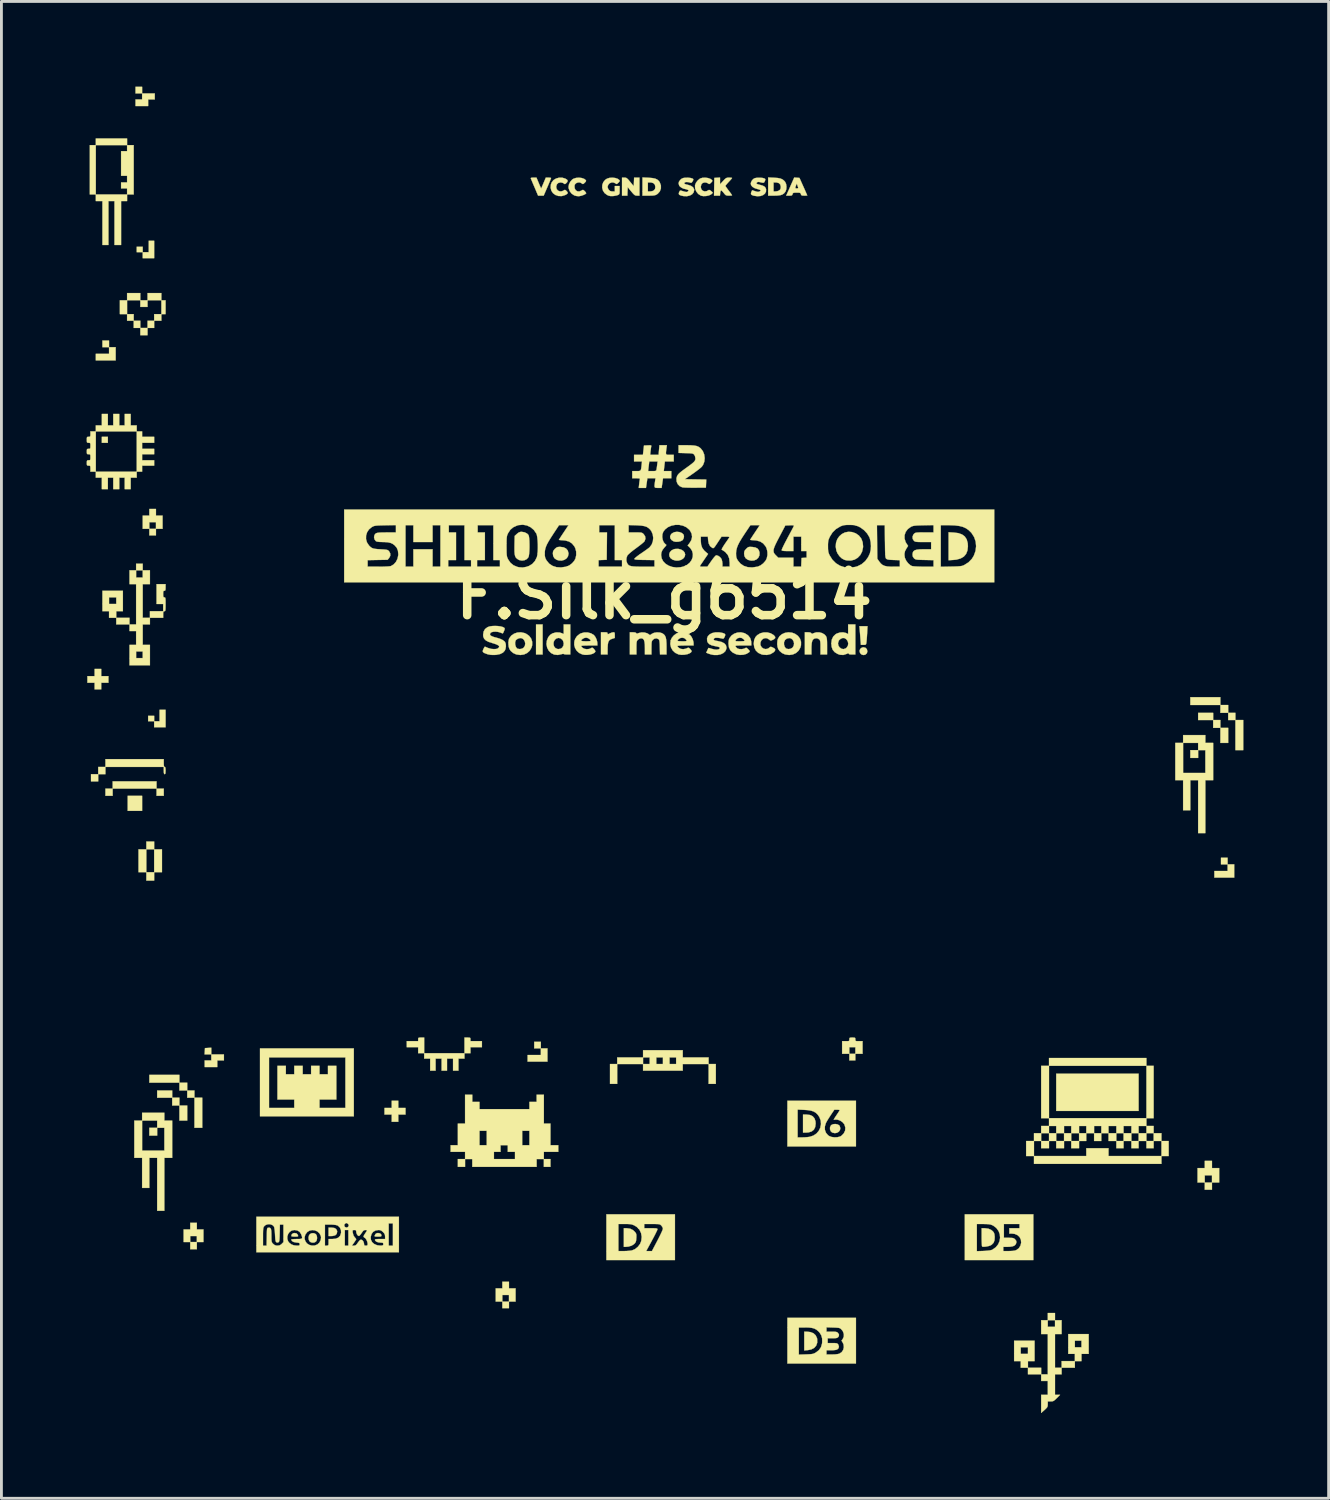
<source format=kicad_pcb>
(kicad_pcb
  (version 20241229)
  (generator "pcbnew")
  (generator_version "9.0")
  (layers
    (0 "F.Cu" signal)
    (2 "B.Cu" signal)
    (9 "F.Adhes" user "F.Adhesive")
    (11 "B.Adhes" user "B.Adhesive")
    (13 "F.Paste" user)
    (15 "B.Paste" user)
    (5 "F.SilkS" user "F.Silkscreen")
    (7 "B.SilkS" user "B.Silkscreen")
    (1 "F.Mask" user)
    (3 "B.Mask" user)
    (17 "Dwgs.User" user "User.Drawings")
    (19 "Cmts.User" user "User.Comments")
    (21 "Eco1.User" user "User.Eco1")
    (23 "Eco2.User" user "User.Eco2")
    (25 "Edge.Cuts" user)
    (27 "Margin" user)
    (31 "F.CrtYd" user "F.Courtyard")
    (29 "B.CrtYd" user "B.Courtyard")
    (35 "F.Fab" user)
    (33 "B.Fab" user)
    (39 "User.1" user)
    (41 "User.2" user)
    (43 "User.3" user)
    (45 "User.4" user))
  (footprint "F.Silk_g6514"
    (layer "F.Cu")
    (at 20.325 17.912)
    (property "Reference" "F.Silk_g6514" (at 0 0 0) (layer "F.SilkS") (effects (font (size 1.524 1.524) (thickness 0.3))))
    (attr through_hole)
    (fp_poly (pts (xy -19.918 6.54) (xy -20.172 6.54) (xy -20.172 6.287) (xy -19.918 6.287) (xy -19.918 6.54)) (stroke (width 0.01) (type solid)) (fill yes) (layer "F.SilkS"))
    (fp_poly (pts (xy -19.664 6.287) (xy -19.918 6.287) (xy -19.918 6.032) (xy -19.664 6.032) (xy -19.664 6.287)) (stroke (width 0.01) (type solid)) (fill yes) (layer "F.SilkS"))
    (fp_poly (pts (xy -19.579 -5.376) (xy -19.791 -5.376) (xy -19.791 -5.588) (xy -19.579 -5.588) (xy -19.579 -5.376)) (stroke (width 0.01) (type solid)) (fill yes) (layer "F.SilkS"))
    (fp_poly (pts (xy -19.537 -8.742) (xy -19.77 -8.742) (xy -19.77 -8.975) (xy -19.537 -8.975) (xy -19.537 -8.742)) (stroke (width 0.01) (type solid)) (fill yes) (layer "F.SilkS"))
    (fp_poly (pts (xy -19.41 7.048) (xy -19.664 7.048) (xy -19.664 6.795) (xy -19.41 6.795) (xy -19.41 7.048)) (stroke (width 0.01) (type solid)) (fill yes) (layer "F.SilkS"))
    (fp_poly (pts (xy -18.817 1.016) (xy -19.283 1.016) (xy -19.283 0.783) (xy -18.817 0.783) (xy -18.817 1.016)) (stroke (width 0.01) (type solid)) (fill yes) (layer "F.SilkS"))
    (fp_poly (pts (xy -18.373 -17.674) (xy -18.605 -17.674) (xy -18.605 -17.907) (xy -18.373 -17.907) (xy -18.373 -17.674)) (stroke (width 0.01) (type solid)) (fill yes) (layer "F.SilkS"))
    (fp_poly (pts (xy -18.373 7.578) (xy -18.881 7.578) (xy -18.881 7.048) (xy -18.373 7.048) (xy -18.373 7.578)) (stroke (width 0.01) (type solid)) (fill yes) (layer "F.SilkS"))
    (fp_poly (pts (xy -18.352 -12.086) (xy -18.563 -12.086) (xy -18.563 -12.277) (xy -18.352 -12.277) (xy -18.352 -12.086)) (stroke (width 0.01) (type solid)) (fill yes) (layer "F.SilkS"))
    (fp_poly (pts (xy -17.949 4.424) (xy -18.161 4.424) (xy -18.161 4.233) (xy -17.949 4.233) (xy -17.949 4.424)) (stroke (width 0.01) (type solid)) (fill yes) (layer "F.SilkS"))
    (fp_poly (pts (xy -17.865 6.795) (xy -19.41 6.795) (xy -19.41 6.54) (xy -17.865 6.54) (xy -17.865 6.795)) (stroke (width 0.01) (type solid)) (fill yes) (layer "F.SilkS"))
    (fp_poly (pts (xy -17.843 19.008) (xy -18.119 19.008) (xy -18.119 18.733) (xy -17.843 18.733) (xy -17.843 19.008)) (stroke (width 0.01) (type solid)) (fill yes) (layer "F.SilkS"))
    (fp_poly (pts (xy -17.611 7.048) (xy -17.865 7.048) (xy -17.865 6.795) (xy -17.611 6.795) (xy -17.611 7.048)) (stroke (width 0.01) (type solid)) (fill yes) (layer "F.SilkS"))
    (fp_poly (pts (xy -17.314 17.674) (xy -17.843 17.674) (xy -17.843 17.42) (xy -17.314 17.42) (xy -17.314 17.674)) (stroke (width 0.01) (type solid)) (fill yes) (layer "F.SilkS"))
    (fp_poly (pts (xy -17.06 17.145) (xy -18.119 17.145) (xy -18.119 16.87) (xy -17.06 16.87) (xy -17.06 17.145)) (stroke (width 0.01) (type solid)) (fill yes) (layer "F.SilkS"))
    (fp_poly (pts (xy -17.06 17.949) (xy -17.314 17.949) (xy -17.314 17.674) (xy -17.06 17.674) (xy -17.06 17.949)) (stroke (width 0.01) (type solid)) (fill yes) (layer "F.SilkS"))
    (fp_poly (pts (xy -16.785 17.42) (xy -17.06 17.42) (xy -17.06 17.145) (xy -16.785 17.145) (xy -16.785 17.42)) (stroke (width 0.01) (type solid)) (fill yes) (layer "F.SilkS"))
    (fp_poly (pts (xy -16.785 18.479) (xy -17.06 18.479) (xy -17.06 17.949) (xy -16.785 17.949) (xy -16.785 18.479)) (stroke (width 0.01) (type solid)) (fill yes) (layer "F.SilkS"))
    (fp_poly (pts (xy -16.531 17.674) (xy -16.785 17.674) (xy -16.785 17.42) (xy -16.531 17.42) (xy -16.531 17.674)) (stroke (width 0.01) (type solid)) (fill yes) (layer "F.SilkS"))
    (fp_poly (pts (xy -16.256 18.733) (xy -16.531 18.733) (xy -16.531 17.674) (xy -16.256 17.674) (xy -16.256 18.733)) (stroke (width 0.01) (type solid)) (fill yes) (layer "F.SilkS"))
    (fp_poly (pts (xy -15.938 16.15) (xy -16.174 16.15) (xy -16.161 15.928) (xy -15.938 15.915) (xy -15.938 16.15)) (stroke (width 0.01) (type solid)) (fill yes) (layer "F.SilkS"))
    (fp_poly (pts (xy -7.006 20.108) (xy -7.26 20.108) (xy -7.26 19.833) (xy -7.006 19.833) (xy -7.006 20.108)) (stroke (width 0.01) (type solid)) (fill yes) (layer "F.SilkS"))
    (fp_poly (pts (xy -4.339 15.938) (xy -4.572 15.938) (xy -4.572 15.706) (xy -4.339 15.706) (xy -4.339 15.938)) (stroke (width 0.01) (type solid)) (fill yes) (layer "F.SilkS"))
    (fp_poly (pts (xy -4.276 2.074) (xy -4.508 2.074) (xy -4.508 1.016) (xy -4.276 1.016) (xy -4.276 2.074)) (stroke (width 0.01) (type solid)) (fill yes) (layer "F.SilkS"))
    (fp_poly (pts (xy -4 20.108) (xy -4.233 20.108) (xy -4.233 19.833) (xy -4 19.833) (xy -4 20.108)) (stroke (width 0.01) (type solid)) (fill yes) (layer "F.SilkS"))
    (fp_poly (pts (xy -1.651 17.187) (xy -1.905 17.187) (xy -1.905 16.489) (xy -1.651 16.489) (xy -1.651 17.187)) (stroke (width 0.01) (type solid)) (fill yes) (layer "F.SilkS"))
    (fp_poly (pts (xy 1.82 17.187) (xy 1.566 17.187) (xy 1.566 16.489) (xy 1.82 16.489) (xy 1.82 17.187)) (stroke (width 0.01) (type solid)) (fill yes) (layer "F.SilkS"))
    (fp_poly (pts (xy 13.018 19.727) (xy 12.742 19.727) (xy 12.742 19.198) (xy 13.018 19.198) (xy 13.018 19.727)) (stroke (width 0.01) (type solid)) (fill yes) (layer "F.SilkS"))
    (fp_poly (pts (xy 13.271 19.198) (xy 13.018 19.198) (xy 13.018 18.923) (xy 13.271 18.923) (xy 13.271 19.198)) (stroke (width 0.01) (type solid)) (fill yes) (layer "F.SilkS"))
    (fp_poly (pts (xy 13.271 27.411) (xy 12.806 27.411) (xy 12.806 27.178) (xy 13.271 27.178) (xy 13.271 27.411)) (stroke (width 0.01) (type solid)) (fill yes) (layer "F.SilkS"))
    (fp_poly (pts (xy 13.547 18.923) (xy 13.271 18.923) (xy 13.271 18.669) (xy 13.547 18.669) (xy 13.547 18.923)) (stroke (width 0.01) (type solid)) (fill yes) (layer "F.SilkS"))
    (fp_poly (pts (xy 13.547 19.452) (xy 13.271 19.452) (xy 13.271 19.198) (xy 13.547 19.198) (xy 13.547 19.452)) (stroke (width 0.01) (type solid)) (fill yes) (layer "F.SilkS"))
    (fp_poly (pts (xy 13.801 19.198) (xy 13.547 19.198) (xy 13.547 18.923) (xy 13.801 18.923) (xy 13.801 19.198)) (stroke (width 0.01) (type solid)) (fill yes) (layer "F.SilkS"))
    (fp_poly (pts (xy 14.076 19.452) (xy 13.801 19.452) (xy 13.801 19.198) (xy 14.076 19.198) (xy 14.076 19.452)) (stroke (width 0.01) (type solid)) (fill yes) (layer "F.SilkS"))
    (fp_poly (pts (xy 14.33 19.198) (xy 14.076 19.198) (xy 14.076 18.923) (xy 14.33 18.923) (xy 14.33 19.198)) (stroke (width 0.01) (type solid)) (fill yes) (layer "F.SilkS"))
    (fp_poly (pts (xy 14.457 27.178) (xy 13.991 27.178) (xy 13.991 26.945) (xy 14.457 26.945) (xy 14.457 27.178)) (stroke (width 0.01) (type solid)) (fill yes) (layer "F.SilkS"))
    (fp_poly (pts (xy 14.605 19.452) (xy 14.33 19.452) (xy 14.33 19.198) (xy 14.605 19.198) (xy 14.605 19.452)) (stroke (width 0.01) (type solid)) (fill yes) (layer "F.SilkS"))
    (fp_poly (pts (xy 14.859 19.198) (xy 14.605 19.198) (xy 14.605 18.923) (xy 14.859 18.923) (xy 14.859 19.198)) (stroke (width 0.01) (type solid)) (fill yes) (layer "F.SilkS"))
    (fp_poly (pts (xy 15.388 19.198) (xy 15.134 19.198) (xy 15.134 18.923) (xy 15.388 18.923) (xy 15.388 19.198)) (stroke (width 0.01) (type solid)) (fill yes) (layer "F.SilkS"))
    (fp_poly (pts (xy 15.917 19.198) (xy 15.642 19.198) (xy 15.642 18.923) (xy 15.917 18.923) (xy 15.917 19.198)) (stroke (width 0.01) (type solid)) (fill yes) (layer "F.SilkS"))
    (fp_poly (pts (xy 16.171 19.452) (xy 15.917 19.452) (xy 15.917 19.198) (xy 16.171 19.198) (xy 16.171 19.452)) (stroke (width 0.01) (type solid)) (fill yes) (layer "F.SilkS"))
    (fp_poly (pts (xy 16.447 19.198) (xy 16.171 19.198) (xy 16.171 18.923) (xy 16.447 18.923) (xy 16.447 19.198)) (stroke (width 0.01) (type solid)) (fill yes) (layer "F.SilkS"))
    (fp_poly (pts (xy 16.701 18.14) (xy 13.801 18.14) (xy 13.801 16.828) (xy 16.701 16.828) (xy 16.701 18.14)) (stroke (width 0.01) (type solid)) (fill yes) (layer "F.SilkS"))
    (fp_poly (pts (xy 16.701 19.452) (xy 16.447 19.452) (xy 16.447 19.198) (xy 16.701 19.198) (xy 16.701 19.452)) (stroke (width 0.01) (type solid)) (fill yes) (layer "F.SilkS"))
    (fp_poly (pts (xy 16.976 19.198) (xy 16.701 19.198) (xy 16.701 18.923) (xy 16.976 18.923) (xy 16.976 19.198)) (stroke (width 0.01) (type solid)) (fill yes) (layer "F.SilkS"))
    (fp_poly (pts (xy 17.23 18.923) (xy 16.976 18.923) (xy 16.976 18.669) (xy 17.23 18.669) (xy 17.23 18.923)) (stroke (width 0.01) (type solid)) (fill yes) (layer "F.SilkS"))
    (fp_poly (pts (xy 17.23 19.452) (xy 16.976 19.452) (xy 16.976 19.198) (xy 17.23 19.198) (xy 17.23 19.452)) (stroke (width 0.01) (type solid)) (fill yes) (layer "F.SilkS"))
    (fp_poly (pts (xy 17.505 19.198) (xy 17.23 19.198) (xy 17.23 18.923) (xy 17.505 18.923) (xy 17.505 19.198)) (stroke (width 0.01) (type solid)) (fill yes) (layer "F.SilkS"))
    (fp_poly (pts (xy 17.759 19.727) (xy 17.505 19.727) (xy 17.505 19.198) (xy 17.759 19.198) (xy 17.759 19.727)) (stroke (width 0.01) (type solid)) (fill yes) (layer "F.SilkS"))
    (fp_poly (pts (xy 18.796 5.715) (xy 18.521 5.715) (xy 18.521 5.44) (xy 18.796 5.44) (xy 18.796 5.715)) (stroke (width 0.01) (type solid)) (fill yes) (layer "F.SilkS"))
    (fp_poly (pts (xy 19.325 4.381) (xy 18.796 4.381) (xy 18.796 4.128) (xy 19.325 4.128) (xy 19.325 4.381)) (stroke (width 0.01) (type solid)) (fill yes) (layer "F.SilkS"))
    (fp_poly (pts (xy 19.579 3.852) (xy 18.521 3.852) (xy 18.521 3.577) (xy 19.579 3.577) (xy 19.579 3.852)) (stroke (width 0.01) (type solid)) (fill yes) (layer "F.SilkS"))
    (fp_poly (pts (xy 19.579 4.657) (xy 19.325 4.657) (xy 19.325 4.381) (xy 19.579 4.381) (xy 19.579 4.657)) (stroke (width 0.01) (type solid)) (fill yes) (layer "F.SilkS"))
    (fp_poly (pts (xy 19.833 9.461) (xy 19.6 9.461) (xy 19.6 9.229) (xy 19.833 9.229) (xy 19.833 9.461)) (stroke (width 0.01) (type solid)) (fill yes) (layer "F.SilkS"))
    (fp_poly (pts (xy 19.854 4.128) (xy 19.579 4.128) (xy 19.579 3.852) (xy 19.854 3.852) (xy 19.854 4.128)) (stroke (width 0.01) (type solid)) (fill yes) (layer "F.SilkS"))
    (fp_poly (pts (xy 19.854 5.186) (xy 19.579 5.186) (xy 19.579 4.657) (xy 19.854 4.657) (xy 19.854 5.186)) (stroke (width 0.01) (type solid)) (fill yes) (layer "F.SilkS"))
    (fp_poly (pts (xy 20.108 4.381) (xy 19.854 4.381) (xy 19.854 4.128) (xy 20.108 4.128) (xy 20.108 4.381)) (stroke (width 0.01) (type solid)) (fill yes) (layer "F.SilkS"))
    (fp_poly (pts (xy 20.384 5.44) (xy 20.108 5.44) (xy 20.108 4.381) (xy 20.384 4.381) (xy 20.384 5.44)) (stroke (width 0.01) (type solid)) (fill yes) (layer "F.SilkS"))
    (fp_poly (pts (xy -19.304 -8.276) (xy -20.003 -8.276) (xy -20.003 -8.509) (xy -19.537 -8.509) (xy -19.537 -8.742) (xy -19.304 -8.742) (xy -19.304 -8.276)) (stroke (width 0.01) (type solid)) (fill yes) (layer "F.SilkS"))
    (fp_poly (pts (xy -17.949 -11.874) (xy -18.352 -11.874) (xy -18.352 -12.086) (xy -18.14 -12.086) (xy -18.14 -12.488) (xy -17.949 -12.488) (xy -17.949 -11.874)) (stroke (width 0.01) (type solid)) (fill yes) (layer "F.SilkS"))
    (fp_poly (pts (xy -17.547 4.636) (xy -17.949 4.636) (xy -17.949 4.424) (xy -17.759 4.424) (xy -17.759 4.022) (xy -17.547 4.022) (xy -17.547 4.636)) (stroke (width 0.01) (type solid)) (fill yes) (layer "F.SilkS"))
    (fp_poly (pts (xy -4.106 16.404) (xy -4.805 16.404) (xy -4.805 16.171) (xy -4.339 16.171) (xy -4.339 15.938) (xy -4.106 15.938) (xy -4.106 16.404)) (stroke (width 0.01) (type solid)) (fill yes) (layer "F.SilkS"))
    (fp_poly (pts (xy 20.066 9.927) (xy 19.367 9.927) (xy 19.367 9.694) (xy 19.833 9.694) (xy 19.833 9.461) (xy 20.066 9.461) (xy 20.066 9.927)) (stroke (width 0.01) (type solid)) (fill yes) (layer "F.SilkS"))
    (fp_poly (pts (xy -17.928 -17.462) (xy -18.161 -17.462) (xy -18.161 -17.23) (xy -18.605 -17.23) (xy -18.605 -17.462) (xy -18.373 -17.462) (xy -18.373 -17.674) (xy -17.928 -17.674) (xy -17.928 -17.462)) (stroke (width 0.01) (type solid)) (fill yes) (layer "F.SilkS"))
    (fp_poly (pts (xy -15.494 16.362) (xy -15.727 16.362) (xy -15.727 16.595) (xy -16.171 16.595) (xy -16.171 16.362) (xy -15.938 16.362) (xy -15.938 16.15) (xy -15.494 16.15) (xy -15.494 16.362)) (stroke (width 0.01) (type solid)) (fill yes) (layer "F.SilkS"))
    (fp_poly (pts (xy 15.642 19.727) (xy 17.505 19.727) (xy 17.505 20.003) (xy 13.018 20.003) (xy 13.018 19.727) (xy 14.859 19.727) (xy 14.859 19.452) (xy 15.642 19.452) (xy 15.642 19.727)) (stroke (width 0.01) (type solid)) (fill yes) (layer "F.SilkS"))
    (fp_poly (pts (xy -11.608 22.259) (xy -11.543 22.297) (xy -11.511 22.36) (xy -11.508 22.394) (xy -11.525 22.468) (xy -11.576 22.517) (xy -11.661 22.54) (xy -11.708 22.543) (xy -11.811 22.543) (xy -11.811 22.246) (xy -11.708 22.246) (xy -11.608 22.259)) (stroke (width 0.01) (type solid)) (fill yes) (layer "F.SilkS"))
    (fp_poly (pts (xy -19.812 2.836) (xy -19.558 2.836) (xy -19.558 3.069) (xy -19.812 3.069) (xy -19.812 3.302) (xy -20.045 3.302) (xy -20.045 3.069) (xy -20.299 3.069) (xy -20.299 2.836) (xy -20.045 2.836) (xy -20.045 2.582) (xy -19.812 2.582) (xy -19.812 2.836)) (stroke (width 0.01) (type solid)) (fill yes) (layer "F.SilkS"))
    (fp_poly (pts (xy -9.356 18.034) (xy -9.102 18.034) (xy -9.102 18.267) (xy -9.356 18.267) (xy -9.356 18.521) (xy -9.588 18.521) (xy -9.588 18.267) (xy -9.842 18.267) (xy -9.842 18.034) (xy -9.588 18.034) (xy -9.588 17.78) (xy -9.356 17.78) (xy -9.356 18.034)) (stroke (width 0.01) (type solid)) (fill yes) (layer "F.SilkS"))
    (fp_poly (pts (xy -8.445 16.108) (xy -8.657 16.108) (xy -8.657 15.896) (xy -9.059 15.896) (xy -9.059 15.684) (xy -8.657 15.684) (xy -8.657 15.621) (xy -8.655 15.583) (xy -8.641 15.565) (xy -8.604 15.558) (xy -8.551 15.557) (xy -8.445 15.557) (xy -8.445 16.108)) (stroke (width 0.01) (type solid)) (fill yes) (layer "F.SilkS"))
    (fp_poly (pts (xy -6.859 15.559) (xy -6.828 15.567) (xy -6.817 15.59) (xy -6.816 15.621) (xy -6.816 15.684) (xy -6.413 15.684) (xy -6.413 15.896) (xy -6.816 15.896) (xy -6.816 16.108) (xy -7.027 16.108) (xy -7.027 15.557) (xy -6.921 15.557) (xy -6.859 15.559)) (stroke (width 0.01) (type solid)) (fill yes) (layer "F.SilkS"))
    (fp_poly (pts (xy -12.943 22.448) (xy -12.902 22.486) (xy -12.884 22.527) (xy -12.881 22.547) (xy -12.898 22.558) (xy -12.943 22.563) (xy -12.997 22.564) (xy -13.069 22.56) (xy -13.114 22.551) (xy -13.123 22.541) (xy -13.105 22.481) (xy -13.056 22.444) (xy -13.009 22.437) (xy -12.943 22.448)) (stroke (width 0.01) (type solid)) (fill yes) (layer "F.SilkS"))
    (fp_poly (pts (xy 5.133 18.282) (xy 5.228 18.326) (xy 5.293 18.401) (xy 5.328 18.504) (xy 5.334 18.584) (xy 5.318 18.705) (xy 5.272 18.798) (xy 5.194 18.861) (xy 5.086 18.895) (xy 4.996 18.902) (xy 4.889 18.902) (xy 4.889 18.267) (xy 5.007 18.267) (xy 5.133 18.282)) (stroke (width 0.01) (type solid)) (fill yes) (layer "F.SilkS"))
    (fp_poly (pts (xy 5.15 25.923) (xy 5.258 25.966) (xy 5.335 26.038) (xy 5.381 26.136) (xy 5.388 26.173) (xy 5.389 26.296) (xy 5.354 26.398) (xy 5.285 26.478) (xy 5.183 26.533) (xy 5.058 26.559) (xy 4.932 26.57) (xy 4.932 25.908) (xy 5.014 25.908) (xy 5.15 25.923)) (stroke (width 0.01) (type solid)) (fill yes) (layer "F.SilkS"))
    (fp_poly (pts (xy 7.091 1.839) (xy 7.137 1.889) (xy 7.154 1.964) (xy 7.137 2.029) (xy 7.092 2.074) (xy 7.031 2.094) (xy 6.966 2.083) (xy 6.921 2.053) (xy 6.884 1.991) (xy 6.881 1.926) (xy 6.91 1.869) (xy 6.965 1.83) (xy 7.02 1.82) (xy 7.091 1.839)) (stroke (width 0.01) (type solid)) (fill yes) (layer "F.SilkS"))
    (fp_poly (pts (xy -9.995 22.45) (xy -9.956 22.489) (xy -9.948 22.526) (xy -9.954 22.547) (xy -9.979 22.559) (xy -10.031 22.563) (xy -10.075 22.564) (xy -10.145 22.562) (xy -10.181 22.556) (xy -10.191 22.543) (xy -10.188 22.527) (xy -10.155 22.467) (xy -10.106 22.44) (xy -10.066 22.437) (xy -9.995 22.45)) (stroke (width 0.01) (type solid)) (fill yes) (layer "F.SilkS"))
    (fp_poly (pts (xy -19.05 0.55) (xy -19.283 0.55) (xy -19.283 0.783) (xy -19.537 0.783) (xy -19.537 0.55) (xy -19.77 0.55) (xy -19.77 0.064) (xy -19.537 0.064) (xy -19.537 0.296) (xy -19.283 0.296) (xy -19.283 0.064) (xy -19.537 0.064) (xy -19.77 0.064) (xy -19.77 -0.169) (xy -19.05 -0.169) (xy -19.05 0.55)) (stroke (width 0.01) (type solid)) (fill yes) (layer "F.SilkS"))
    (fp_poly (pts (xy 10.197 -2.218) (xy 10.359 -2.197) (xy 10.488 -2.15) (xy 10.585 -2.077) (xy 10.65 -1.976) (xy 10.686 -1.846) (xy 10.693 -1.734) (xy 10.677 -1.586) (xy 10.629 -1.466) (xy 10.549 -1.372) (xy 10.436 -1.306) (xy 10.291 -1.265) (xy 10.187 -1.254) (xy 10.012 -1.243) (xy 10.012 -2.228) (xy 10.197 -2.218)) (stroke (width 0.01) (type solid)) (fill yes) (layer "F.SilkS"))
    (fp_poly (pts (xy 13.039 26.945) (xy 12.806 26.945) (xy 12.806 27.178) (xy 12.552 27.178) (xy 12.552 26.945) (xy 12.319 26.945) (xy 12.319 26.458) (xy 12.552 26.458) (xy 12.552 26.691) (xy 12.806 26.691) (xy 12.806 26.458) (xy 12.552 26.458) (xy 12.319 26.458) (xy 12.319 26.226) (xy 13.039 26.226) (xy 13.039 26.945)) (stroke (width 0.01) (type solid)) (fill yes) (layer "F.SilkS"))
    (fp_poly (pts (xy 14.944 26.691) (xy 14.69 26.691) (xy 14.69 26.945) (xy 14.457 26.945) (xy 14.457 26.691) (xy 14.224 26.691) (xy 14.224 26.226) (xy 14.457 26.226) (xy 14.457 26.458) (xy 14.69 26.458) (xy 14.69 26.226) (xy 14.457 26.226) (xy 14.224 26.226) (xy 14.224 25.993) (xy 14.944 25.993) (xy 14.944 26.691)) (stroke (width 0.01) (type solid)) (fill yes) (layer "F.SilkS"))
    (fp_poly (pts (xy -17.674 8.932) (xy -17.674 9.737) (xy -17.949 9.737) (xy -17.949 10.033) (xy -18.224 10.033) (xy -18.224 9.737) (xy -18.5 9.737) (xy -18.5 8.932) (xy -18.224 8.932) (xy -18.224 9.737) (xy -17.949 9.737) (xy -17.949 8.932) (xy -18.224 8.932) (xy -18.224 8.657) (xy -17.949 8.657) (xy -17.949 8.932) (xy -17.674 8.932)) (stroke (width 0.01) (type solid)) (fill yes) (layer "F.SilkS"))
    (fp_poly (pts (xy -12.26 22.474) (xy -12.255 22.479) (xy -12.223 22.537) (xy -12.214 22.614) (xy -12.227 22.69) (xy -12.246 22.728) (xy -12.295 22.765) (xy -12.361 22.777) (xy -12.429 22.765) (xy -12.477 22.733) (xy -12.508 22.673) (xy -12.517 22.599) (xy -12.502 22.527) (xy -12.468 22.475) (xy -12.399 22.442) (xy -12.324 22.442) (xy -12.26 22.474)) (stroke (width 0.01) (type solid)) (fill yes) (layer "F.SilkS"))
    (fp_poly (pts (xy -7.027 16.298) (xy -7.239 16.298) (xy -7.239 16.722) (xy -7.429 16.722) (xy -7.429 16.298) (xy -7.641 16.298) (xy -7.641 16.722) (xy -7.832 16.722) (xy -7.832 16.298) (xy -8.043 16.298) (xy -8.043 16.722) (xy -8.234 16.722) (xy -8.234 16.298) (xy -8.445 16.298) (xy -8.445 16.108) (xy -7.027 16.108) (xy -7.027 16.298)) (stroke (width 0.01) (type solid)) (fill yes) (layer "F.SilkS"))
    (fp_poly (pts (xy 7.146 1.328) (xy 7.139 1.435) (xy 7.132 1.534) (xy 7.125 1.614) (xy 7.12 1.656) (xy 7.11 1.706) (xy 7.092 1.729) (xy 7.051 1.735) (xy 7.017 1.736) (xy 6.926 1.736) (xy 6.912 1.561) (xy 6.904 1.452) (xy 6.895 1.334) (xy 6.887 1.233) (xy 6.874 1.079) (xy 7.159 1.079) (xy 7.146 1.328)) (stroke (width 0.01) (type solid)) (fill yes) (layer "F.SilkS"))
    (fp_poly (pts (xy 6.102 18.612) (xy 6.16 18.644) (xy 6.18 18.669) (xy 6.202 18.745) (xy 6.189 18.815) (xy 6.148 18.872) (xy 6.085 18.909) (xy 6.008 18.922) (xy 5.923 18.903) (xy 5.912 18.898) (xy 5.863 18.853) (xy 5.838 18.787) (xy 5.839 18.716) (xy 5.868 18.653) (xy 5.887 18.634) (xy 5.95 18.606) (xy 6.027 18.599) (xy 6.102 18.612)) (stroke (width 0.01) (type solid)) (fill yes) (layer "F.SilkS"))
    (fp_poly (pts (xy -1.195 22.284) (xy -1.091 22.337) (xy -1.029 22.396) (xy -0.997 22.437) (xy -0.98 22.476) (xy -0.975 22.526) (xy -0.977 22.603) (xy -0.978 22.61) (xy -0.984 22.692) (xy -0.997 22.746) (xy -1.02 22.786) (xy -1.05 22.819) (xy -1.14 22.88) (xy -1.257 22.915) (xy -1.349 22.923) (xy -1.418 22.924) (xy -1.418 22.267) (xy -1.322 22.267) (xy -1.195 22.284)) (stroke (width 0.01) (type solid)) (fill yes) (layer "F.SilkS"))
    (fp_poly (pts (xy -17.886 -2.815) (xy -17.653 -2.815) (xy -17.653 -2.349) (xy -17.886 -2.349) (xy -17.886 -2.117) (xy -18.119 -2.117) (xy -18.119 -2.349) (xy -18.352 -2.349) (xy -18.352 -2.582) (xy -18.119 -2.582) (xy -18.119 -2.349) (xy -17.886 -2.349) (xy -17.886 -2.582) (xy -18.119 -2.582) (xy -18.352 -2.582) (xy -18.352 -2.815) (xy -18.119 -2.815) (xy -18.119 -3.048) (xy -17.886 -3.048) (xy -17.886 -2.815)) (stroke (width 0.01) (type solid)) (fill yes) (layer "F.SilkS"))
    (fp_poly (pts (xy -16.447 22.31) (xy -16.214 22.31) (xy -16.214 22.754) (xy -16.447 22.754) (xy -16.447 23.008) (xy -16.679 23.008) (xy -16.679 22.754) (xy -16.912 22.754) (xy -16.912 22.543) (xy -16.679 22.543) (xy -16.679 22.754) (xy -16.447 22.754) (xy -16.447 22.543) (xy -16.679 22.543) (xy -16.912 22.543) (xy -16.912 22.31) (xy -16.679 22.31) (xy -16.679 22.077) (xy -16.447 22.077) (xy -16.447 22.31)) (stroke (width 0.01) (type solid)) (fill yes) (layer "F.SilkS"))
    (fp_poly (pts (xy -5.461 24.384) (xy -5.228 24.384) (xy -5.228 24.85) (xy -5.461 24.85) (xy -5.461 25.082) (xy -5.694 25.082) (xy -5.694 24.85) (xy -5.927 24.85) (xy -5.927 24.617) (xy -5.694 24.617) (xy -5.694 24.85) (xy -5.461 24.85) (xy -5.461 24.617) (xy -5.694 24.617) (xy -5.927 24.617) (xy -5.927 24.384) (xy -5.694 24.384) (xy -5.694 24.151) (xy -5.461 24.151) (xy -5.461 24.384)) (stroke (width 0.01) (type solid)) (fill yes) (layer "F.SilkS"))
    (fp_poly (pts (xy 0.542 -2.235) (xy 0.626 -2.201) (xy 0.682 -2.15) (xy 0.699 -2.093) (xy 0.691 -2.025) (xy 0.661 -1.964) (xy 0.649 -1.95) (xy 0.589 -1.916) (xy 0.506 -1.896) (xy 0.418 -1.891) (xy 0.343 -1.905) (xy 0.339 -1.906) (xy 0.26 -1.956) (xy 0.217 -2.018) (xy 0.211 -2.087) (xy 0.244 -2.156) (xy 0.277 -2.189) (xy 0.354 -2.23) (xy 0.447 -2.245) (xy 0.542 -2.235)) (stroke (width 0.01) (type solid)) (fill yes) (layer "F.SilkS"))
    (fp_poly (pts (xy 0.595 -1.62) (xy 0.673 -1.574) (xy 0.724 -1.511) (xy 0.741 -1.441) (xy 0.722 -1.364) (xy 0.67 -1.301) (xy 0.595 -1.255) (xy 0.503 -1.231) (xy 0.405 -1.232) (xy 0.307 -1.26) (xy 0.296 -1.265) (xy 0.223 -1.319) (xy 0.185 -1.387) (xy 0.18 -1.46) (xy 0.206 -1.53) (xy 0.26 -1.589) (xy 0.342 -1.631) (xy 0.39 -1.641) (xy 0.498 -1.644) (xy 0.595 -1.62)) (stroke (width 0.01) (type solid)) (fill yes) (layer "F.SilkS"))
    (fp_poly (pts (xy 19.283 20.151) (xy 19.537 20.151) (xy 19.537 20.659) (xy 19.283 20.659) (xy 19.283 20.913) (xy 19.029 20.913) (xy 19.029 20.659) (xy 18.775 20.659) (xy 18.775 20.405) (xy 19.029 20.405) (xy 19.029 20.659) (xy 19.283 20.659) (xy 19.283 20.405) (xy 19.029 20.405) (xy 18.775 20.405) (xy 18.775 20.151) (xy 19.029 20.151) (xy 19.029 19.897) (xy 19.283 19.897) (xy 19.283 20.151)) (stroke (width 0.01) (type solid)) (fill yes) (layer "F.SilkS"))
    (fp_poly (pts (xy -19.664 5.757) (xy -17.611 5.757) (xy -17.611 5.895) (xy -17.609 5.972) (xy -17.601 6.015) (xy -17.586 6.031) (xy -17.579 6.032) (xy -17.56 6.042) (xy -17.551 6.077) (xy -17.547 6.144) (xy -17.547 6.16) (xy -17.55 6.233) (xy -17.558 6.273) (xy -17.575 6.286) (xy -17.579 6.287) (xy -17.597 6.277) (xy -17.607 6.242) (xy -17.611 6.175) (xy -17.611 6.16) (xy -17.611 6.032) (xy -19.664 6.032) (xy -19.664 5.757)) (stroke (width 0.01) (type solid)) (fill yes) (layer "F.SilkS"))
    (fp_poly (pts (xy -3.541 -1.699) (xy -3.452 -1.656) (xy -3.392 -1.586) (xy -3.366 -1.493) (xy -3.365 -1.469) (xy -3.384 -1.379) (xy -3.435 -1.307) (xy -3.511 -1.257) (xy -3.604 -1.231) (xy -3.706 -1.235) (xy -3.781 -1.258) (xy -3.859 -1.311) (xy -3.904 -1.389) (xy -3.916 -1.478) (xy -3.91 -1.544) (xy -3.886 -1.595) (xy -3.844 -1.643) (xy -3.795 -1.686) (xy -3.75 -1.707) (xy -3.689 -1.714) (xy -3.659 -1.714) (xy -3.541 -1.699)) (stroke (width 0.01) (type solid)) (fill yes) (layer "F.SilkS"))
    (fp_poly (pts (xy -1.358 -14.708) (xy -1.325 -14.697) (xy -1.29 -14.67) (xy -1.244 -14.621) (xy -1.193 -14.559) (xy -1.069 -14.407) (xy -1.056 -14.711) (xy -0.868 -14.711) (xy -0.868 -14.076) (xy -0.951 -14.076) (xy -0.993 -14.078) (xy -1.027 -14.09) (xy -1.062 -14.117) (xy -1.108 -14.165) (xy -1.158 -14.225) (xy -1.281 -14.375) (xy -1.287 -14.225) (xy -1.293 -14.076) (xy -1.482 -14.076) (xy -1.482 -14.711) (xy -1.399 -14.711) (xy -1.358 -14.708)) (stroke (width 0.01) (type solid)) (fill yes) (layer "F.SilkS"))
    (fp_poly (pts (xy -17.59 18.479) (xy -17.314 18.479) (xy -17.314 19.791) (xy -17.59 19.791) (xy -17.59 21.654) (xy -17.843 21.654) (xy -17.843 19.791) (xy -18.119 19.791) (xy -18.119 20.849) (xy -18.373 20.849) (xy -18.373 19.791) (xy -18.648 19.791) (xy -18.648 18.479) (xy -18.373 18.479) (xy -18.373 19.537) (xy -17.59 19.537) (xy -17.59 18.733) (xy -17.843 18.733) (xy -17.843 18.479) (xy -18.373 18.479) (xy -18.373 18.203) (xy -17.59 18.203) (xy -17.59 18.479)) (stroke (width 0.01) (type solid)) (fill yes) (layer "F.SilkS"))
    (fp_poly (pts (xy 3.077 -1.712) (xy 3.102 -1.711) (xy 3.213 -1.693) (xy 3.291 -1.653) (xy 3.338 -1.587) (xy 3.359 -1.51) (xy 3.354 -1.412) (xy 3.315 -1.331) (xy 3.249 -1.27) (xy 3.163 -1.235) (xy 3.063 -1.229) (xy 2.957 -1.255) (xy 2.95 -1.258) (xy 2.872 -1.311) (xy 2.827 -1.389) (xy 2.815 -1.478) (xy 2.821 -1.543) (xy 2.843 -1.593) (xy 2.89 -1.645) (xy 2.932 -1.685) (xy 2.967 -1.706) (xy 3.011 -1.714) (xy 3.077 -1.712)) (stroke (width 0.01) (type solid)) (fill yes) (layer "F.SilkS"))
    (fp_poly (pts (xy 19.05 5.186) (xy 19.325 5.186) (xy 19.325 6.498) (xy 19.05 6.498) (xy 19.05 8.361) (xy 18.796 8.361) (xy 18.796 6.498) (xy 18.521 6.498) (xy 18.521 7.556) (xy 18.267 7.556) (xy 18.267 6.498) (xy 17.992 6.498) (xy 17.992 5.186) (xy 18.267 5.186) (xy 18.267 6.244) (xy 19.05 6.244) (xy 19.05 5.44) (xy 18.796 5.44) (xy 18.796 5.186) (xy 18.267 5.186) (xy 18.267 4.911) (xy 19.05 4.911) (xy 19.05 5.186)) (stroke (width 0.01) (type solid)) (fill yes) (layer "F.SilkS"))
    (fp_poly (pts (xy 11.415 22.284) (xy 11.523 22.334) (xy 11.577 22.382) (xy 11.609 22.427) (xy 11.627 22.483) (xy 11.636 22.567) (xy 11.637 22.57) (xy 11.63 22.69) (xy 11.595 22.782) (xy 11.528 22.85) (xy 11.492 22.871) (xy 11.436 22.892) (xy 11.364 22.909) (xy 11.291 22.919) (xy 11.23 22.921) (xy 11.194 22.913) (xy 11.192 22.912) (xy 11.186 22.886) (xy 11.182 22.825) (xy 11.178 22.738) (xy 11.176 22.633) (xy 11.176 22.581) (xy 11.176 22.267) (xy 11.283 22.267) (xy 11.415 22.284)) (stroke (width 0.01) (type solid)) (fill yes) (layer "F.SilkS"))
    (fp_poly (pts (xy 6.615 -2.236) (xy 6.746 -2.19) (xy 6.857 -2.112) (xy 6.939 -2.007) (xy 6.988 -1.879) (xy 7.003 -1.735) (xy 7.001 -1.694) (xy 6.969 -1.549) (xy 6.905 -1.426) (xy 6.814 -1.33) (xy 6.702 -1.264) (xy 6.573 -1.232) (xy 6.433 -1.236) (xy 6.35 -1.256) (xy 6.259 -1.304) (xy 6.174 -1.383) (xy 6.104 -1.482) (xy 6.063 -1.578) (xy 6.039 -1.724) (xy 6.051 -1.859) (xy 6.093 -1.981) (xy 6.163 -2.084) (xy 6.254 -2.165) (xy 6.363 -2.221) (xy 6.485 -2.245) (xy 6.615 -2.236)) (stroke (width 0.01) (type solid)) (fill yes) (layer "F.SilkS"))
    (fp_poly (pts (xy -2.039 1.293) (xy -2.003 1.301) (xy -1.991 1.319) (xy -1.99 1.331) (xy -1.988 1.355) (xy -1.974 1.36) (xy -1.939 1.345) (xy -1.911 1.331) (xy -1.849 1.305) (xy -1.794 1.292) (xy -1.784 1.291) (xy -1.755 1.296) (xy -1.74 1.316) (xy -1.736 1.364) (xy -1.736 1.392) (xy -1.736 1.492) (xy -1.836 1.524) (xy -1.896 1.549) (xy -1.938 1.586) (xy -1.966 1.641) (xy -1.981 1.721) (xy -1.988 1.834) (xy -1.988 1.889) (xy -1.99 2.074) (xy -2.223 2.074) (xy -2.223 1.291) (xy -2.106 1.291) (xy -2.039 1.293)) (stroke (width 0.01) (type solid)) (fill yes) (layer "F.SilkS"))
    (fp_poly (pts (xy -1.651 16.256) (xy -0.741 16.256) (xy -0.741 16.489) (xy -0.508 16.489) (xy -0.508 16.256) (xy -0.275 16.256) (xy -0.275 16.489) (xy -0.042 16.489) (xy -0.042 16.256) (xy 0.191 16.256) (xy 0.191 16.489) (xy 0.423 16.489) (xy 0.423 16.256) (xy 0.191 16.256) (xy -0.042 16.256) (xy -0.275 16.256) (xy -0.508 16.256) (xy -0.741 16.256) (xy -0.741 16.002) (xy 0.656 16.002) (xy 0.656 16.256) (xy 1.566 16.256) (xy 1.566 16.489) (xy 0.656 16.489) (xy 0.656 16.722) (xy -0.741 16.722) (xy -0.741 16.489) (xy -1.651 16.489) (xy -1.651 16.256)) (stroke (width 0.01) (type solid)) (fill yes) (layer "F.SilkS"))
    (fp_poly (pts (xy -4.911 -2.227) (xy -4.822 -2.182) (xy -4.774 -2.133) (xy -4.76 -2.09) (xy -4.749 -2.015) (xy -4.742 -1.916) (xy -4.739 -1.802) (xy -4.739 -1.684) (xy -4.743 -1.57) (xy -4.751 -1.47) (xy -4.762 -1.393) (xy -4.774 -1.352) (xy -4.831 -1.285) (xy -4.911 -1.244) (xy -5.004 -1.231) (xy -5.097 -1.249) (xy -5.137 -1.269) (xy -5.185 -1.303) (xy -5.221 -1.341) (xy -5.245 -1.391) (xy -5.26 -1.458) (xy -5.267 -1.551) (xy -5.268 -1.674) (xy -5.267 -1.771) (xy -5.26 -2.099) (xy -5.181 -2.171) (xy -5.12 -2.219) (xy -5.063 -2.24) (xy -5.016 -2.244) (xy -4.911 -2.227)) (stroke (width 0.01) (type solid)) (fill yes) (layer "F.SilkS"))
    (fp_poly (pts (xy -10.922 18.33) (xy -14.224 18.33) (xy -14.224 16.256) (xy -13.906 16.256) (xy -13.906 18.034) (xy -13.018 18.034) (xy -13.018 17.738) (xy -13.61 17.738) (xy -13.61 16.552) (xy -13.314 16.552) (xy -13.314 16.849) (xy -13.018 16.849) (xy -13.018 16.552) (xy -12.721 16.552) (xy -12.721 16.849) (xy -12.425 16.849) (xy -12.425 16.552) (xy -12.129 16.552) (xy -12.129 16.849) (xy -11.832 16.849) (xy -11.832 16.552) (xy -11.536 16.552) (xy -11.536 17.738) (xy -12.129 17.738) (xy -12.129 18.034) (xy -11.218 18.034) (xy -11.218 16.256) (xy -13.906 16.256) (xy -14.224 16.256) (xy -14.224 15.938) (xy -10.922 15.938) (xy -10.922 18.33)) (stroke (width 0.01) (type solid)) (fill yes) (layer "F.SilkS"))
    (fp_poly (pts (xy -4.413 -14.52) (xy -4.379 -14.439) (xy -4.351 -14.376) (xy -4.333 -14.337) (xy -4.329 -14.33) (xy -4.319 -14.348) (xy -4.297 -14.397) (xy -4.266 -14.468) (xy -4.244 -14.52) (xy -4.164 -14.711) (xy -4.072 -14.711) (xy -4.016 -14.708) (xy -3.983 -14.699) (xy -3.979 -14.695) (xy -3.987 -14.671) (xy -4.009 -14.615) (xy -4.042 -14.535) (xy -4.083 -14.437) (xy -4.109 -14.377) (xy -4.239 -14.076) (xy -4.436 -14.076) (xy -4.559 -14.367) (xy -4.604 -14.471) (xy -4.642 -14.562) (xy -4.672 -14.633) (xy -4.69 -14.676) (xy -4.693 -14.684) (xy -4.686 -14.701) (xy -4.645 -14.709) (xy -4.598 -14.711) (xy -4.493 -14.711) (xy -4.413 -14.52)) (stroke (width 0.01) (type solid)) (fill yes) (layer "F.SilkS"))
    (fp_poly (pts (xy -18.669 -15.854) (xy -18.669 -14.118) (xy -18.902 -14.118) (xy -18.902 -13.885) (xy -19.113 -13.885) (xy -19.113 -12.34) (xy -19.346 -12.34) (xy -19.346 -13.885) (xy -19.558 -13.885) (xy -19.558 -12.34) (xy -19.77 -12.34) (xy -19.77 -13.885) (xy -20.003 -13.885) (xy -20.003 -14.118) (xy -20.214 -14.118) (xy -20.214 -15.854) (xy -20.003 -15.854) (xy -20.003 -14.118) (xy -18.902 -14.118) (xy -18.902 -14.33) (xy -19.113 -14.33) (xy -19.113 -14.541) (xy -18.902 -14.541) (xy -18.902 -14.774) (xy -19.113 -14.774) (xy -19.113 -15.642) (xy -18.902 -15.642) (xy -18.902 -15.854) (xy -20.003 -15.854) (xy -20.003 -16.087) (xy -18.902 -16.087) (xy -18.902 -15.854) (xy -18.669 -15.854)) (stroke (width 0.01) (type solid)) (fill yes) (layer "F.SilkS"))
    (fp_poly (pts (xy -0.556 -14.707) (xy -0.419 -14.696) (xy -0.316 -14.676) (xy -0.241 -14.642) (xy -0.185 -14.592) (xy -0.152 -14.543) (xy -0.113 -14.435) (xy -0.113 -14.328) (xy -0.15 -14.228) (xy -0.221 -14.145) (xy -0.259 -14.118) (xy -0.3 -14.098) (xy -0.348 -14.085) (xy -0.415 -14.078) (xy -0.511 -14.076) (xy -0.545 -14.076) (xy -0.762 -14.076) (xy -0.762 -14.541) (xy -0.572 -14.541) (xy -0.572 -14.224) (xy -0.489 -14.224) (xy -0.412 -14.236) (xy -0.358 -14.264) (xy -0.32 -14.312) (xy -0.309 -14.383) (xy -0.326 -14.462) (xy -0.376 -14.515) (xy -0.456 -14.54) (xy -0.489 -14.541) (xy -0.572 -14.541) (xy -0.762 -14.541) (xy -0.762 -14.716) (xy -0.556 -14.707)) (stroke (width 0.01) (type solid)) (fill yes) (layer "F.SilkS"))
    (fp_poly (pts (xy 3.869 -14.707) (xy 4.001 -14.697) (xy 4.1 -14.677) (xy 4.175 -14.642) (xy 4.235 -14.59) (xy 4.262 -14.557) (xy 4.294 -14.485) (xy 4.307 -14.394) (xy 4.3 -14.3) (xy 4.273 -14.222) (xy 4.268 -14.216) (xy 4.221 -14.156) (xy 4.163 -14.116) (xy 4.088 -14.091) (xy 3.986 -14.079) (xy 3.879 -14.076) (xy 3.662 -14.076) (xy 3.662 -14.541) (xy 3.852 -14.541) (xy 3.852 -14.224) (xy 3.917 -14.224) (xy 3.981 -14.232) (xy 4.028 -14.248) (xy 4.078 -14.283) (xy 4.101 -14.33) (xy 4.106 -14.388) (xy 4.089 -14.465) (xy 4.039 -14.517) (xy 3.961 -14.54) (xy 3.937 -14.541) (xy 3.852 -14.541) (xy 3.662 -14.541) (xy 3.662 -14.716) (xy 3.869 -14.707)) (stroke (width 0.01) (type solid)) (fill yes) (layer "F.SilkS"))
    (fp_poly (pts (xy 6.688 15.559) (xy 6.719 15.567) (xy 6.73 15.59) (xy 6.731 15.621) (xy 6.733 15.656) (xy 6.744 15.675) (xy 6.776 15.683) (xy 6.837 15.684) (xy 6.858 15.684) (xy 6.985 15.684) (xy 6.985 16.129) (xy 6.731 16.129) (xy 6.731 16.362) (xy 6.519 16.362) (xy 6.519 16.129) (xy 6.265 16.129) (xy 6.265 15.896) (xy 6.519 15.896) (xy 6.519 16.129) (xy 6.731 16.129) (xy 6.731 15.896) (xy 6.519 15.896) (xy 6.265 15.896) (xy 6.265 15.684) (xy 6.392 15.684) (xy 6.463 15.684) (xy 6.501 15.678) (xy 6.516 15.662) (xy 6.519 15.631) (xy 6.519 15.621) (xy 6.522 15.583) (xy 6.536 15.565) (xy 6.573 15.558) (xy 6.625 15.557) (xy 6.688 15.559)) (stroke (width 0.01) (type solid)) (fill yes) (layer "F.SilkS"))
    (fp_poly (pts (xy -18.098 -0.889) (xy -18.098 -0.402) (xy -18.352 -0.402) (xy -18.352 0.783) (xy -18.098 0.783) (xy -18.098 1.016) (xy -18.352 1.016) (xy -18.352 1.736) (xy -18.098 1.736) (xy -18.098 2.455) (xy -18.817 2.455) (xy -18.817 1.968) (xy -18.584 1.968) (xy -18.584 2.201) (xy -18.352 2.201) (xy -18.352 1.968) (xy -18.584 1.968) (xy -18.817 1.968) (xy -18.817 1.736) (xy -18.584 1.736) (xy -18.584 1.249) (xy -18.817 1.249) (xy -18.817 1.016) (xy -18.584 1.016) (xy -18.584 -0.402) (xy -18.817 -0.402) (xy -18.817 -0.889) (xy -18.584 -0.889) (xy -18.584 -0.635) (xy -18.352 -0.635) (xy -18.352 -0.889) (xy -18.584 -0.889) (xy -18.584 -1.122) (xy -18.352 -1.122) (xy -18.352 -0.889) (xy -18.098 -0.889)) (stroke (width 0.01) (type solid)) (fill yes) (layer "F.SilkS"))
    (fp_poly (pts (xy -17.547 -0.286) (xy -17.549 -0.218) (xy -17.557 -0.183) (xy -17.575 -0.171) (xy -17.59 -0.169) (xy -17.614 -0.164) (xy -17.627 -0.142) (xy -17.631 -0.094) (xy -17.632 -0.053) (xy -17.63 0.014) (xy -17.622 0.049) (xy -17.604 0.062) (xy -17.59 0.064) (xy -17.571 0.066) (xy -17.559 0.079) (xy -17.552 0.108) (xy -17.548 0.162) (xy -17.547 0.247) (xy -17.547 0.307) (xy -17.548 0.412) (xy -17.55 0.481) (xy -17.555 0.522) (xy -17.564 0.543) (xy -17.579 0.55) (xy -17.59 0.55) (xy -17.614 0.555) (xy -17.627 0.577) (xy -17.631 0.626) (xy -17.632 0.667) (xy -17.632 0.783) (xy -18.098 0.783) (xy -18.098 0.55) (xy -17.632 0.55) (xy -17.632 0.296) (xy -17.865 0.296) (xy -17.865 -0.402) (xy -17.547 -0.402) (xy -17.547 -0.286)) (stroke (width 0.01) (type solid)) (fill yes) (layer "F.SilkS"))
    (fp_poly (pts (xy 5.135 1.297) (xy 5.176 1.317) (xy 5.181 1.324) (xy 5.198 1.344) (xy 5.223 1.342) (xy 5.261 1.324) (xy 5.357 1.294) (xy 5.462 1.294) (xy 5.563 1.321) (xy 5.648 1.372) (xy 5.696 1.427) (xy 5.713 1.46) (xy 5.724 1.5) (xy 5.731 1.557) (xy 5.735 1.637) (xy 5.736 1.75) (xy 5.736 1.783) (xy 5.736 2.074) (xy 5.503 2.074) (xy 5.503 1.831) (xy 5.503 1.724) (xy 5.499 1.65) (xy 5.493 1.602) (xy 5.481 1.57) (xy 5.463 1.547) (xy 5.461 1.545) (xy 5.411 1.513) (xy 5.367 1.503) (xy 5.299 1.511) (xy 5.249 1.539) (xy 5.215 1.592) (xy 5.195 1.675) (xy 5.187 1.792) (xy 5.186 1.862) (xy 5.186 2.074) (xy 4.953 2.074) (xy 4.953 1.291) (xy 5.058 1.291) (xy 5.135 1.297)) (stroke (width 0.01) (type solid)) (fill yes) (layer "F.SilkS"))
    (fp_poly (pts (xy -17.547 -10.393) (xy -17.547 -9.906) (xy -17.695 -9.906) (xy -17.695 -9.673) (xy -17.949 -9.673) (xy -17.949 -9.419) (xy -18.182 -9.419) (xy -18.182 -9.165) (xy -18.436 -9.165) (xy -18.436 -9.419) (xy -18.669 -9.419) (xy -18.669 -9.673) (xy -18.902 -9.673) (xy -18.902 -9.906) (xy -19.156 -9.906) (xy -19.156 -10.393) (xy -18.902 -10.393) (xy -18.902 -9.906) (xy -18.669 -9.906) (xy -18.669 -9.673) (xy -18.436 -9.673) (xy -18.436 -9.419) (xy -18.182 -9.419) (xy -18.182 -9.673) (xy -17.949 -9.673) (xy -17.949 -9.906) (xy -17.695 -9.906) (xy -17.695 -10.393) (xy -18.182 -10.393) (xy -18.182 -10.16) (xy -18.436 -10.16) (xy -18.436 -10.393) (xy -18.902 -10.393) (xy -18.902 -10.647) (xy -18.436 -10.647) (xy -18.436 -10.393) (xy -18.182 -10.393) (xy -18.182 -10.647) (xy -17.695 -10.647) (xy -17.695 -10.393) (xy -17.547 -10.393)) (stroke (width 0.01) (type solid)) (fill yes) (layer "F.SilkS"))
    (fp_poly (pts (xy -3.586 -14.708) (xy -3.478 -14.676) (xy -3.415 -14.637) (xy -3.394 -14.598) (xy -3.411 -14.553) (xy -3.436 -14.525) (xy -3.474 -14.49) (xy -3.499 -14.483) (xy -3.526 -14.502) (xy -3.53 -14.506) (xy -3.579 -14.53) (xy -3.641 -14.541) (xy -3.644 -14.541) (xy -3.722 -14.524) (xy -3.774 -14.475) (xy -3.797 -14.397) (xy -3.797 -14.379) (xy -3.78 -14.305) (xy -3.733 -14.252) (xy -3.668 -14.226) (xy -3.594 -14.231) (xy -3.538 -14.258) (xy -3.502 -14.279) (xy -3.474 -14.274) (xy -3.438 -14.244) (xy -3.398 -14.197) (xy -3.393 -14.161) (xy -3.426 -14.128) (xy -3.478 -14.099) (xy -3.602 -14.06) (xy -3.725 -14.064) (xy -3.825 -14.099) (xy -3.912 -14.164) (xy -3.97 -14.252) (xy -3.995 -14.356) (xy -3.986 -14.466) (xy -3.958 -14.542) (xy -3.895 -14.622) (xy -3.805 -14.678) (xy -3.699 -14.708) (xy -3.586 -14.708)) (stroke (width 0.01) (type solid)) (fill yes) (layer "F.SilkS"))
    (fp_poly (pts (xy 13.547 18.394) (xy 13.271 18.394) (xy 13.271 16.552) (xy 13.547 16.552) (xy 13.547 18.394) (xy 16.976 18.394) (xy 16.976 16.552) (xy 13.547 16.552) (xy 13.547 16.277) (xy 16.976 16.277) (xy 16.976 16.552) (xy 17.23 16.552) (xy 17.23 18.394) (xy 16.976 18.394) (xy 16.976 18.669) (xy 16.701 18.669) (xy 16.701 18.923) (xy 16.447 18.923) (xy 16.447 18.669) (xy 16.171 18.669) (xy 16.171 18.923) (xy 15.917 18.923) (xy 15.917 18.669) (xy 15.642 18.669) (xy 15.642 18.923) (xy 15.388 18.923) (xy 15.388 18.669) (xy 15.134 18.669) (xy 15.134 18.923) (xy 14.859 18.923) (xy 14.859 18.669) (xy 14.605 18.669) (xy 14.605 18.923) (xy 14.33 18.923) (xy 14.33 18.669) (xy 14.076 18.669) (xy 14.076 18.923) (xy 13.801 18.923) (xy 13.801 18.669) (xy 13.547 18.669) (xy 13.547 18.394)) (stroke (width 0.01) (type solid)) (fill yes) (layer "F.SilkS"))
    (fp_poly (pts (xy 13.991 25.506) (xy 13.991 25.993) (xy 13.758 25.993) (xy 13.758 27.178) (xy 13.991 27.178) (xy 13.991 27.411) (xy 13.758 27.411) (xy 13.758 28.131) (xy 13.937 28.131) (xy 13.822 28.247) (xy 13.761 28.306) (xy 13.717 28.341) (xy 13.678 28.358) (xy 13.631 28.363) (xy 13.606 28.363) (xy 13.504 28.363) (xy 13.503 28.464) (xy 13.5 28.518) (xy 13.488 28.559) (xy 13.46 28.597) (xy 13.409 28.647) (xy 13.387 28.667) (xy 13.271 28.769) (xy 13.271 28.131) (xy 13.504 28.131) (xy 13.504 27.644) (xy 13.271 27.644) (xy 13.271 27.411) (xy 13.504 27.411) (xy 13.504 25.993) (xy 13.271 25.993) (xy 13.271 25.506) (xy 13.504 25.506) (xy 13.504 25.739) (xy 13.758 25.739) (xy 13.758 25.506) (xy 13.504 25.506) (xy 13.504 25.252) (xy 13.758 25.252) (xy 13.758 25.506) (xy 13.991 25.506)) (stroke (width 0.01) (type solid)) (fill yes) (layer "F.SilkS"))
    (fp_poly (pts (xy -4.911 1.32) (xy -4.857 1.344) (xy -4.752 1.418) (xy -4.679 1.515) (xy -4.643 1.627) (xy -4.644 1.749) (xy -4.666 1.83) (xy -4.729 1.94) (xy -4.82 2.022) (xy -4.932 2.074) (xy -5.06 2.092) (xy -5.198 2.073) (xy -5.207 2.071) (xy -5.312 2.023) (xy -5.399 1.949) (xy -5.447 1.877) (xy -5.471 1.799) (xy -5.481 1.703) (xy -5.479 1.65) (xy -5.244 1.65) (xy -5.241 1.727) (xy -5.22 1.799) (xy -5.185 1.853) (xy -5.16 1.87) (xy -5.078 1.884) (xy -4.997 1.867) (xy -4.941 1.832) (xy -4.899 1.763) (xy -4.889 1.683) (xy -4.907 1.603) (xy -4.953 1.537) (xy -5.009 1.502) (xy -5.073 1.496) (xy -5.145 1.517) (xy -5.205 1.557) (xy -5.226 1.584) (xy -5.244 1.65) (xy -5.479 1.65) (xy -5.477 1.606) (xy -5.461 1.526) (xy -5.452 1.507) (xy -5.38 1.41) (xy -5.281 1.341) (xy -5.165 1.301) (xy -5.039 1.293) (xy -4.911 1.32)) (stroke (width 0.01) (type solid)) (fill yes) (layer "F.SilkS"))
    (fp_poly (pts (xy -3.302 2.074) (xy -3.418 2.074) (xy -3.482 2.071) (xy -3.524 2.063) (xy -3.535 2.056) (xy -3.552 2.05) (xy -3.596 2.059) (xy -3.614 2.065) (xy -3.744 2.091) (xy -3.87 2.077) (xy -3.875 2.075) (xy -3.979 2.023) (xy -4.061 1.941) (xy -4.116 1.837) (xy -4.14 1.719) (xy -4.138 1.695) (xy -3.895 1.695) (xy -3.877 1.783) (xy -3.828 1.847) (xy -3.754 1.88) (xy -3.715 1.884) (xy -3.634 1.867) (xy -3.587 1.832) (xy -3.544 1.762) (xy -3.534 1.678) (xy -3.557 1.595) (xy -3.585 1.553) (xy -3.649 1.504) (xy -3.72 1.491) (xy -3.789 1.509) (xy -3.846 1.555) (xy -3.884 1.625) (xy -3.895 1.695) (xy -4.138 1.695) (xy -4.13 1.597) (xy -4.127 1.586) (xy -4.08 1.467) (xy -4.008 1.381) (xy -3.929 1.331) (xy -3.805 1.296) (xy -3.68 1.3) (xy -3.608 1.322) (xy -3.535 1.353) (xy -3.535 1.016) (xy -3.302 1.016) (xy -3.302 2.074)) (stroke (width 0.01) (type solid)) (fill yes) (layer "F.SilkS"))
    (fp_poly (pts (xy 1.968 -14.475) (xy 2.076 -14.593) (xy 2.133 -14.653) (xy 2.175 -14.688) (xy 2.213 -14.705) (xy 2.259 -14.711) (xy 2.288 -14.711) (xy 2.348 -14.708) (xy 2.385 -14.702) (xy 2.392 -14.697) (xy 2.378 -14.676) (xy 2.342 -14.633) (xy 2.29 -14.577) (xy 2.275 -14.561) (xy 2.221 -14.501) (xy 2.18 -14.453) (xy 2.16 -14.423) (xy 2.159 -14.42) (xy 2.171 -14.395) (xy 2.204 -14.347) (xy 2.251 -14.282) (xy 2.275 -14.251) (xy 2.327 -14.183) (xy 2.367 -14.128) (xy 2.389 -14.094) (xy 2.392 -14.088) (xy 2.373 -14.081) (xy 2.324 -14.077) (xy 2.281 -14.076) (xy 2.216 -14.079) (xy 2.173 -14.091) (xy 2.138 -14.122) (xy 2.098 -14.172) (xy 2.055 -14.223) (xy 2.019 -14.255) (xy 2.002 -14.26) (xy 1.987 -14.236) (xy 1.975 -14.185) (xy 1.973 -14.164) (xy 1.966 -14.076) (xy 1.756 -14.076) (xy 1.762 -14.388) (xy 1.767 -14.7) (xy 1.868 -14.707) (xy 1.968 -14.713) (xy 1.968 -14.475)) (stroke (width 0.01) (type solid)) (fill yes) (layer "F.SilkS"))
    (fp_poly (pts (xy 4.498 1.305) (xy 4.605 1.344) (xy 4.71 1.418) (xy 4.782 1.515) (xy 4.819 1.627) (xy 4.818 1.749) (xy 4.796 1.83) (xy 4.733 1.94) (xy 4.642 2.022) (xy 4.529 2.074) (xy 4.401 2.092) (xy 4.264 2.073) (xy 4.255 2.071) (xy 4.15 2.023) (xy 4.063 1.949) (xy 4.014 1.877) (xy 3.989 1.793) (xy 3.983 1.72) (xy 4.22 1.72) (xy 4.241 1.795) (xy 4.279 1.851) (xy 4.294 1.863) (xy 4.368 1.884) (xy 4.449 1.874) (xy 4.517 1.835) (xy 4.52 1.832) (xy 4.561 1.766) (xy 4.573 1.69) (xy 4.558 1.615) (xy 4.521 1.55) (xy 4.464 1.508) (xy 4.408 1.496) (xy 4.321 1.514) (xy 4.257 1.563) (xy 4.222 1.638) (xy 4.221 1.641) (xy 4.22 1.72) (xy 3.983 1.72) (xy 3.98 1.69) (xy 3.987 1.589) (xy 4.002 1.531) (xy 4.06 1.433) (xy 4.147 1.36) (xy 4.254 1.312) (xy 4.374 1.293) (xy 4.498 1.305)) (stroke (width 0.01) (type solid)) (fill yes) (layer "F.SilkS"))
    (fp_poly (pts (xy 6.731 2.074) (xy 6.615 2.074) (xy 6.543 2.071) (xy 6.506 2.06) (xy 6.498 2.045) (xy 6.49 2.03) (xy 6.461 2.036) (xy 6.42 2.055) (xy 6.307 2.091) (xy 6.189 2.084) (xy 6.107 2.055) (xy 6.004 1.992) (xy 5.934 1.911) (xy 5.896 1.805) (xy 5.884 1.678) (xy 5.885 1.676) (xy 6.12 1.676) (xy 6.132 1.756) (xy 6.172 1.819) (xy 6.239 1.871) (xy 6.315 1.885) (xy 6.39 1.86) (xy 6.425 1.832) (xy 6.47 1.761) (xy 6.48 1.68) (xy 6.459 1.601) (xy 6.41 1.535) (xy 6.345 1.496) (xy 6.285 1.494) (xy 6.218 1.52) (xy 6.164 1.565) (xy 6.148 1.589) (xy 6.12 1.676) (xy 5.885 1.676) (xy 5.902 1.549) (xy 5.953 1.442) (xy 6.036 1.361) (xy 6.081 1.336) (xy 6.19 1.3) (xy 6.301 1.294) (xy 6.399 1.316) (xy 6.415 1.323) (xy 6.477 1.356) (xy 6.477 1.016) (xy 6.731 1.016) (xy 6.731 2.074)) (stroke (width 0.01) (type solid)) (fill yes) (layer "F.SilkS"))
    (fp_poly (pts (xy -2.896 -14.696) (xy -2.809 -14.664) (xy -2.757 -14.622) (xy -2.746 -14.597) (xy -2.76 -14.567) (xy -2.794 -14.531) (xy -2.835 -14.494) (xy -2.862 -14.484) (xy -2.887 -14.498) (xy -2.896 -14.506) (xy -2.958 -14.539) (xy -3.027 -14.541) (xy -3.091 -14.518) (xy -3.138 -14.473) (xy -3.154 -14.425) (xy -3.148 -14.336) (xy -3.113 -14.269) (xy -3.057 -14.23) (xy -2.987 -14.223) (xy -2.911 -14.253) (xy -2.903 -14.258) (xy -2.869 -14.278) (xy -2.842 -14.275) (xy -2.807 -14.246) (xy -2.793 -14.234) (xy -2.757 -14.192) (xy -2.743 -14.161) (xy -2.744 -14.155) (xy -2.779 -14.126) (xy -2.841 -14.097) (xy -2.916 -14.072) (xy -2.987 -14.058) (xy -3.016 -14.056) (xy -3.09 -14.064) (xy -3.158 -14.082) (xy -3.164 -14.085) (xy -3.256 -14.147) (xy -3.324 -14.235) (xy -3.361 -14.339) (xy -3.365 -14.388) (xy -3.348 -14.477) (xy -3.302 -14.567) (xy -3.237 -14.64) (xy -3.195 -14.669) (xy -3.101 -14.7) (xy -2.998 -14.709) (xy -2.896 -14.696)) (stroke (width 0.01) (type solid)) (fill yes) (layer "F.SilkS"))
    (fp_poly (pts (xy 3.751 1.328) (xy 3.855 1.39) (xy 3.868 1.402) (xy 3.908 1.454) (xy 3.908 1.498) (xy 3.867 1.537) (xy 3.831 1.556) (xy 3.777 1.579) (xy 3.745 1.582) (xy 3.716 1.566) (xy 3.693 1.545) (xy 3.624 1.504) (xy 3.552 1.498) (xy 3.485 1.521) (xy 3.43 1.569) (xy 3.395 1.636) (xy 3.388 1.715) (xy 3.397 1.756) (xy 3.438 1.825) (xy 3.503 1.869) (xy 3.579 1.884) (xy 3.654 1.867) (xy 3.697 1.838) (xy 3.729 1.811) (xy 3.757 1.803) (xy 3.796 1.815) (xy 3.831 1.831) (xy 3.893 1.869) (xy 3.913 1.91) (xy 3.892 1.957) (xy 3.852 1.998) (xy 3.744 2.061) (xy 3.619 2.09) (xy 3.483 2.083) (xy 3.43 2.071) (xy 3.315 2.018) (xy 3.228 1.935) (xy 3.174 1.827) (xy 3.154 1.698) (xy 3.154 1.693) (xy 3.169 1.564) (xy 3.215 1.461) (xy 3.279 1.392) (xy 3.384 1.328) (xy 3.505 1.297) (xy 3.631 1.297) (xy 3.751 1.328)) (stroke (width 0.01) (type solid)) (fill yes) (layer "F.SilkS"))
    (fp_poly (pts (xy -1.718 -14.697) (xy -1.631 -14.667) (xy -1.572 -14.622) (xy -1.561 -14.597) (xy -1.575 -14.567) (xy -1.609 -14.531) (xy -1.65 -14.494) (xy -1.676 -14.484) (xy -1.701 -14.498) (xy -1.711 -14.506) (xy -1.774 -14.538) (xy -1.849 -14.54) (xy -1.917 -14.512) (xy -1.946 -14.486) (xy -1.977 -14.433) (xy -1.99 -14.383) (xy -1.99 -14.383) (xy -1.977 -14.333) (xy -1.946 -14.28) (xy -1.946 -14.28) (xy -1.902 -14.24) (xy -1.844 -14.225) (xy -1.819 -14.224) (xy -1.736 -14.224) (xy -1.736 -14.415) (xy -1.566 -14.415) (xy -1.566 -14.27) (xy -1.567 -14.193) (xy -1.573 -14.146) (xy -1.588 -14.12) (xy -1.615 -14.103) (xy -1.625 -14.098) (xy -1.679 -14.081) (xy -1.755 -14.067) (xy -1.799 -14.061) (xy -1.884 -14.06) (xy -1.952 -14.075) (xy -2.009 -14.101) (xy -2.096 -14.167) (xy -2.153 -14.254) (xy -2.18 -14.352) (xy -2.176 -14.453) (xy -2.142 -14.548) (xy -2.077 -14.629) (xy -2.01 -14.674) (xy -1.921 -14.702) (xy -1.82 -14.709) (xy -1.718 -14.697)) (stroke (width 0.01) (type solid)) (fill yes) (layer "F.SilkS"))
    (fp_poly (pts (xy 1.549 -14.695) (xy 1.634 -14.664) (xy 1.688 -14.622) (xy 1.699 -14.597) (xy 1.685 -14.567) (xy 1.651 -14.531) (xy 1.61 -14.494) (xy 1.583 -14.484) (xy 1.558 -14.498) (xy 1.549 -14.506) (xy 1.502 -14.53) (xy 1.439 -14.541) (xy 1.434 -14.541) (xy 1.36 -14.524) (xy 1.312 -14.475) (xy 1.292 -14.395) (xy 1.291 -14.378) (xy 1.309 -14.303) (xy 1.355 -14.251) (xy 1.42 -14.226) (xy 1.493 -14.233) (xy 1.541 -14.257) (xy 1.575 -14.277) (xy 1.604 -14.273) (xy 1.646 -14.245) (xy 1.65 -14.241) (xy 1.691 -14.206) (xy 1.712 -14.181) (xy 1.713 -14.178) (xy 1.698 -14.158) (xy 1.66 -14.125) (xy 1.647 -14.115) (xy 1.574 -14.082) (xy 1.48 -14.063) (xy 1.382 -14.059) (xy 1.299 -14.074) (xy 1.291 -14.077) (xy 1.199 -14.137) (xy 1.131 -14.224) (xy 1.091 -14.328) (xy 1.087 -14.437) (xy 1.089 -14.449) (xy 1.122 -14.531) (xy 1.183 -14.611) (xy 1.258 -14.673) (xy 1.271 -14.68) (xy 1.353 -14.705) (xy 1.451 -14.709) (xy 1.549 -14.695)) (stroke (width 0.01) (type solid)) (fill yes) (layer "F.SilkS"))
    (fp_poly (pts (xy 4.672 -14.707) (xy 4.764 -14.7) (xy 4.901 -14.395) (xy 4.948 -14.29) (xy 4.987 -14.2) (xy 5.017 -14.132) (xy 5.035 -14.091) (xy 5.038 -14.082) (xy 5.019 -14.079) (xy 4.97 -14.076) (xy 4.932 -14.076) (xy 4.868 -14.078) (xy 4.834 -14.089) (xy 4.818 -14.113) (xy 4.814 -14.129) (xy 4.803 -14.158) (xy 4.783 -14.174) (xy 4.742 -14.18) (xy 4.67 -14.182) (xy 4.667 -14.182) (xy 4.594 -14.18) (xy 4.553 -14.174) (xy 4.532 -14.158) (xy 4.521 -14.13) (xy 4.521 -14.129) (xy 4.508 -14.097) (xy 4.484 -14.081) (xy 4.434 -14.076) (xy 4.403 -14.076) (xy 4.297 -14.076) (xy 4.351 -14.198) (xy 4.385 -14.273) (xy 4.415 -14.342) (xy 4.62 -14.342) (xy 4.643 -14.331) (xy 4.667 -14.33) (xy 4.707 -14.335) (xy 4.72 -14.344) (xy 4.714 -14.372) (xy 4.697 -14.421) (xy 4.695 -14.429) (xy 4.67 -14.499) (xy 4.642 -14.433) (xy 4.62 -14.373) (xy 4.62 -14.342) (xy 4.415 -14.342) (xy 4.428 -14.37) (xy 4.473 -14.473) (xy 4.492 -14.516) (xy 4.579 -14.713) (xy 4.672 -14.707)) (stroke (width 0.01) (type solid)) (fill yes) (layer "F.SilkS"))
    (fp_poly (pts (xy -7.006 19.579) (xy -5.99 19.579) (xy -5.99 19.833) (xy -5.249 19.833) (xy -5.249 19.579) (xy -5.503 19.579) (xy -5.503 19.346) (xy -5.757 19.346) (xy -5.757 19.579) (xy -5.99 19.579) (xy -7.006 19.579) (xy -7.514 19.579) (xy -7.514 19.346) (xy -7.26 19.346) (xy -7.26 18.838) (xy -6.498 18.838) (xy -6.498 19.346) (xy -6.244 19.346) (xy -6.244 18.838) (xy -4.995 18.838) (xy -4.995 19.346) (xy -4.741 19.346) (xy -4.741 18.838) (xy -4.995 18.838) (xy -6.244 18.838) (xy -6.498 18.838) (xy -7.26 18.838) (xy -7.26 18.584) (xy -7.006 18.584) (xy -7.006 17.568) (xy -6.752 17.568) (xy -6.752 17.822) (xy -6.498 17.822) (xy -6.498 18.076) (xy -4.741 18.076) (xy -4.741 17.822) (xy -4.487 17.822) (xy -4.487 17.568) (xy -4.233 17.568) (xy -4.233 18.584) (xy -4 18.584) (xy -4 19.346) (xy -3.725 19.346) (xy -3.725 19.579) (xy -4.233 19.579) (xy -4.233 19.833) (xy -4.487 19.833) (xy -4.487 20.108) (xy -6.752 20.108) (xy -6.752 19.833) (xy -7.006 19.833) (xy -7.006 19.579)) (stroke (width 0.01) (type solid)) (fill yes) (layer "F.SilkS"))
    (fp_poly (pts (xy 0.938 -14.697) (xy 1.007 -14.674) (xy 1.013 -14.671) (xy 1.029 -14.652) (xy 1.022 -14.619) (xy 1.006 -14.585) (xy 0.974 -14.539) (xy 0.944 -14.527) (xy 0.942 -14.528) (xy 0.866 -14.549) (xy 0.794 -14.556) (xy 0.741 -14.548) (xy 0.73 -14.542) (xy 0.709 -14.515) (xy 0.719 -14.493) (xy 0.765 -14.474) (xy 0.84 -14.456) (xy 0.946 -14.421) (xy 1.019 -14.37) (xy 1.055 -14.303) (xy 1.058 -14.272) (xy 1.039 -14.19) (xy 0.987 -14.126) (xy 0.907 -14.08) (xy 0.806 -14.057) (xy 0.691 -14.059) (xy 0.599 -14.078) (xy 0.538 -14.103) (xy 0.515 -14.136) (xy 0.524 -14.188) (xy 0.53 -14.205) (xy 0.557 -14.25) (xy 0.588 -14.256) (xy 0.59 -14.255) (xy 0.632 -14.242) (xy 0.693 -14.224) (xy 0.714 -14.218) (xy 0.775 -14.205) (xy 0.811 -14.208) (xy 0.84 -14.229) (xy 0.861 -14.256) (xy 0.851 -14.272) (xy 0.817 -14.287) (xy 0.769 -14.303) (xy 0.74 -14.309) (xy 0.684 -14.321) (xy 0.62 -14.352) (xy 0.563 -14.391) (xy 0.532 -14.427) (xy 0.51 -14.501) (xy 0.522 -14.565) (xy 0.567 -14.629) (xy 0.616 -14.672) (xy 0.671 -14.696) (xy 0.736 -14.706) (xy 0.843 -14.708) (xy 0.938 -14.697)) (stroke (width 0.01) (type solid)) (fill yes) (layer "F.SilkS"))
    (fp_poly (pts (xy 3.46 -14.7) (xy 3.499 -14.691) (xy 3.548 -14.672) (xy 3.564 -14.651) (xy 3.556 -14.614) (xy 3.552 -14.604) (xy 3.531 -14.554) (xy 3.504 -14.531) (xy 3.46 -14.531) (xy 3.4 -14.545) (xy 3.336 -14.559) (xy 3.296 -14.557) (xy 3.272 -14.543) (xy 3.249 -14.516) (xy 3.258 -14.495) (xy 3.301 -14.475) (xy 3.371 -14.457) (xy 3.471 -14.428) (xy 3.536 -14.393) (xy 3.573 -14.348) (xy 3.589 -14.3) (xy 3.586 -14.217) (xy 3.549 -14.147) (xy 3.482 -14.095) (xy 3.392 -14.063) (xy 3.283 -14.055) (xy 3.163 -14.072) (xy 3.139 -14.078) (xy 3.078 -14.103) (xy 3.055 -14.136) (xy 3.063 -14.188) (xy 3.07 -14.204) (xy 3.089 -14.247) (xy 3.099 -14.266) (xy 3.1 -14.266) (xy 3.12 -14.26) (xy 3.168 -14.244) (xy 3.205 -14.232) (xy 3.276 -14.212) (xy 3.326 -14.211) (xy 3.358 -14.221) (xy 3.395 -14.247) (xy 3.39 -14.271) (xy 3.344 -14.293) (xy 3.318 -14.299) (xy 3.195 -14.336) (xy 3.108 -14.386) (xy 3.059 -14.447) (xy 3.049 -14.516) (xy 3.079 -14.591) (xy 3.108 -14.63) (xy 3.149 -14.669) (xy 3.192 -14.691) (xy 3.253 -14.703) (xy 3.297 -14.706) (xy 3.381 -14.707) (xy 3.46 -14.7)) (stroke (width 0.01) (type solid)) (fill yes) (layer "F.SilkS"))
    (fp_poly (pts (xy 0.94 -5.289) (xy 1.051 -5.281) (xy 1.136 -5.266) (xy 1.203 -5.241) (xy 1.259 -5.204) (xy 1.288 -5.18) (xy 1.364 -5.082) (xy 1.411 -4.965) (xy 1.428 -4.838) (xy 1.415 -4.713) (xy 1.371 -4.598) (xy 1.328 -4.537) (xy 1.288 -4.499) (xy 1.22 -4.444) (xy 1.133 -4.378) (xy 1.036 -4.307) (xy 0.997 -4.28) (xy 0.73 -4.096) (xy 1.484 -4.084) (xy 1.477 -3.942) (xy 1.471 -3.799) (xy 1.09 -3.796) (xy 0.962 -3.796) (xy 0.844 -3.798) (xy 0.745 -3.801) (xy 0.672 -3.805) (xy 0.639 -3.81) (xy 0.546 -3.852) (xy 0.478 -3.923) (xy 0.439 -4.015) (xy 0.434 -4.118) (xy 0.442 -4.161) (xy 0.457 -4.205) (xy 0.48 -4.246) (xy 0.516 -4.289) (xy 0.57 -4.338) (xy 0.648 -4.399) (xy 0.755 -4.477) (xy 0.783 -4.497) (xy 0.896 -4.579) (xy 0.979 -4.642) (xy 1.036 -4.691) (xy 1.072 -4.731) (xy 1.092 -4.766) (xy 1.1 -4.801) (xy 1.101 -4.828) (xy 1.088 -4.901) (xy 1.06 -4.956) (xy 1.04 -4.977) (xy 1.016 -4.992) (xy 0.978 -5.001) (xy 0.92 -5.007) (xy 0.832 -5.011) (xy 0.764 -5.013) (xy 0.508 -5.02) (xy 0.508 -5.292) (xy 0.794 -5.292) (xy 0.94 -5.289)) (stroke (width 0.01) (type solid)) (fill yes) (layer "F.SilkS"))
    (fp_poly (pts (xy 2.04 1.311) (xy 2.112 1.333) (xy 2.148 1.36) (xy 2.15 1.401) (xy 2.131 1.452) (xy 2.103 1.501) (xy 2.077 1.518) (xy 2.047 1.513) (xy 1.998 1.502) (xy 1.928 1.491) (xy 1.893 1.488) (xy 1.821 1.485) (xy 1.777 1.496) (xy 1.757 1.513) (xy 1.742 1.545) (xy 1.76 1.569) (xy 1.815 1.588) (xy 1.884 1.6) (xy 2.019 1.632) (xy 2.116 1.68) (xy 2.175 1.745) (xy 2.196 1.827) (xy 2.192 1.873) (xy 2.157 1.955) (xy 2.088 2.021) (xy 1.994 2.067) (xy 1.88 2.092) (xy 1.755 2.092) (xy 1.662 2.075) (xy 1.593 2.054) (xy 1.54 2.035) (xy 1.482 2.012) (xy 1.518 1.932) (xy 1.542 1.881) (xy 1.557 1.848) (xy 1.559 1.844) (xy 1.58 1.846) (xy 1.628 1.859) (xy 1.664 1.871) (xy 1.766 1.897) (xy 1.854 1.904) (xy 1.921 1.891) (xy 1.949 1.872) (xy 1.963 1.844) (xy 1.95 1.823) (xy 1.906 1.804) (xy 1.826 1.786) (xy 1.793 1.78) (xy 1.672 1.751) (xy 1.588 1.709) (xy 1.536 1.653) (xy 1.515 1.602) (xy 1.51 1.509) (xy 1.541 1.429) (xy 1.604 1.365) (xy 1.693 1.319) (xy 1.804 1.295) (xy 1.932 1.294) (xy 2.04 1.311)) (stroke (width 0.01) (type solid)) (fill yes) (layer "F.SilkS"))
    (fp_poly (pts (xy -1.024 1.297) (xy -0.986 1.315) (xy -0.982 1.321) (xy -0.969 1.338) (xy -0.941 1.337) (xy -0.893 1.319) (xy -0.798 1.297) (xy -0.693 1.3) (xy -0.597 1.327) (xy -0.558 1.349) (xy -0.497 1.393) (xy -0.436 1.349) (xy -0.354 1.311) (xy -0.253 1.295) (xy -0.15 1.301) (xy -0.076 1.323) (xy -0.017 1.359) (xy 0.026 1.405) (xy 0.056 1.469) (xy 0.074 1.557) (xy 0.083 1.675) (xy 0.085 1.798) (xy 0.085 2.074) (xy -0.145 2.074) (xy -0.152 1.819) (xy -0.155 1.708) (xy -0.161 1.633) (xy -0.168 1.584) (xy -0.18 1.554) (xy -0.196 1.535) (xy -0.2 1.533) (xy -0.269 1.505) (xy -0.341 1.518) (xy -0.393 1.555) (xy -0.415 1.58) (xy -0.43 1.608) (xy -0.439 1.648) (xy -0.443 1.708) (xy -0.444 1.798) (xy -0.445 1.841) (xy -0.445 2.074) (xy -0.677 2.074) (xy -0.677 1.851) (xy -0.68 1.723) (xy -0.691 1.63) (xy -0.709 1.568) (xy -0.738 1.528) (xy -0.749 1.519) (xy -0.808 1.503) (xy -0.874 1.52) (xy -0.922 1.555) (xy -0.945 1.58) (xy -0.959 1.608) (xy -0.968 1.648) (xy -0.972 1.708) (xy -0.974 1.798) (xy -0.974 1.841) (xy -0.974 2.074) (xy -1.206 2.074) (xy -1.206 1.291) (xy -1.1 1.291) (xy -1.024 1.297)) (stroke (width 0.01) (type solid)) (fill yes) (layer "F.SilkS"))
    (fp_poly (pts (xy 0.381 23.389) (xy -2.032 23.389) (xy -2.032 22.119) (xy -1.609 22.119) (xy -1.609 23.072) (xy -1.417 23.072) (xy -1.317 23.069) (xy -1.22 23.061) (xy -1.144 23.051) (xy -1.128 23.047) (xy -1.02 23) (xy -0.924 22.922) (xy -0.848 22.822) (xy -0.805 22.716) (xy -0.789 22.571) (xy -0.812 22.438) (xy -0.869 22.32) (xy -0.96 22.225) (xy -1.039 22.175) (xy -1.094 22.15) (xy -1.146 22.133) (xy -1.204 22.124) (xy -1.283 22.12) (xy -1.38 22.119) (xy -0.699 22.119) (xy -0.699 22.267) (xy -0.466 22.267) (xy -0.363 22.268) (xy -0.296 22.271) (xy -0.257 22.277) (xy -0.238 22.287) (xy -0.233 22.303) (xy -0.233 22.304) (xy -0.243 22.334) (xy -0.271 22.394) (xy -0.312 22.478) (xy -0.365 22.581) (xy -0.426 22.694) (xy -0.432 22.707) (xy -0.631 23.072) (xy -0.429 23.072) (xy -0.236 22.704) (xy -0.176 22.587) (xy -0.123 22.48) (xy -0.081 22.39) (xy -0.053 22.323) (xy -0.042 22.285) (xy -0.042 22.284) (xy -0.057 22.234) (xy -0.093 22.181) (xy -0.098 22.175) (xy -0.123 22.152) (xy -0.148 22.136) (xy -0.182 22.127) (xy -0.233 22.122) (xy -0.309 22.12) (xy -0.42 22.119) (xy -0.699 22.119) (xy -1.38 22.119) (xy -1.609 22.119) (xy -2.032 22.119) (xy -2.032 21.78) (xy 0.381 21.78) (xy 0.381 23.389)) (stroke (width 0.01) (type solid)) (fill yes) (layer "F.SilkS"))
    (fp_poly (pts (xy 12.996 23.389) (xy 10.583 23.389) (xy 10.583 23.076) (xy 11.007 23.076) (xy 11.245 23.068) (xy 11.369 23.061) (xy 11.458 23.051) (xy 11.523 23.035) (xy 11.557 23.021) (xy 11.671 22.94) (xy 11.685 22.924) (xy 11.938 22.924) (xy 11.938 23.072) (xy 12.131 23.072) (xy 12.256 23.067) (xy 12.346 23.054) (xy 12.396 23.037) (xy 12.484 22.973) (xy 12.542 22.881) (xy 12.567 22.778) (xy 12.557 22.671) (xy 12.512 22.58) (xy 12.437 22.51) (xy 12.337 22.468) (xy 12.25 22.458) (xy 12.15 22.458) (xy 12.15 22.267) (xy 12.509 22.267) (xy 12.509 22.119) (xy 11.959 22.119) (xy 11.959 22.606) (xy 12.129 22.606) (xy 12.217 22.607) (xy 12.274 22.613) (xy 12.312 22.626) (xy 12.343 22.649) (xy 12.352 22.658) (xy 12.393 22.711) (xy 12.401 22.763) (xy 12.38 22.826) (xy 12.341 22.873) (xy 12.274 22.904) (xy 12.175 22.92) (xy 12.083 22.924) (xy 11.938 22.924) (xy 11.685 22.924) (xy 11.754 22.84) (xy 11.805 22.726) (xy 11.825 22.604) (xy 11.814 22.483) (xy 11.771 22.367) (xy 11.697 22.265) (xy 11.593 22.183) (xy 11.546 22.159) (xy 11.492 22.139) (xy 11.424 22.127) (xy 11.333 22.121) (xy 11.234 22.12) (xy 11.007 22.119) (xy 11.007 23.076) (xy 10.583 23.076) (xy 10.583 21.78) (xy 12.996 21.78) (xy 12.996 23.389)) (stroke (width 0.01) (type solid)) (fill yes) (layer "F.SilkS"))
    (fp_poly (pts (xy -2.69 1.298) (xy -2.571 1.33) (xy -2.471 1.39) (xy -2.469 1.393) (xy -2.42 1.456) (xy -2.379 1.542) (xy -2.354 1.634) (xy -2.35 1.677) (xy -2.349 1.757) (xy -2.635 1.757) (xy -2.74 1.758) (xy -2.827 1.761) (xy -2.89 1.766) (xy -2.919 1.773) (xy -2.921 1.774) (xy -2.907 1.799) (xy -2.873 1.837) (xy -2.87 1.84) (xy -2.806 1.874) (xy -2.723 1.888) (xy -2.638 1.879) (xy -2.578 1.854) (xy -2.543 1.835) (xy -2.516 1.838) (xy -2.482 1.867) (xy -2.467 1.883) (xy -2.43 1.932) (xy -2.418 1.971) (xy -2.42 1.977) (xy -2.456 2.018) (xy -2.523 2.052) (xy -2.611 2.076) (xy -2.709 2.088) (xy -2.806 2.086) (xy -2.879 2.072) (xy -2.992 2.019) (xy -3.078 1.941) (xy -3.135 1.845) (xy -3.164 1.739) (xy -3.162 1.63) (xy -3.151 1.591) (xy -2.921 1.591) (xy -2.902 1.599) (xy -2.85 1.605) (xy -2.776 1.608) (xy -2.752 1.609) (xy -2.673 1.607) (xy -2.614 1.603) (xy -2.584 1.596) (xy -2.582 1.594) (xy -2.601 1.555) (xy -2.646 1.517) (xy -2.704 1.489) (xy -2.749 1.482) (xy -2.807 1.493) (xy -2.865 1.522) (xy -2.908 1.56) (xy -2.921 1.591) (xy -3.151 1.591) (xy -3.131 1.525) (xy -3.069 1.43) (xy -2.976 1.354) (xy -2.932 1.331) (xy -2.815 1.298) (xy -2.69 1.298)) (stroke (width 0.01) (type solid)) (fill yes) (layer "F.SilkS"))
    (fp_poly (pts (xy 0.713 1.302) (xy 0.829 1.337) (xy 0.918 1.393) (xy 0.967 1.456) (xy 1.008 1.542) (xy 1.033 1.634) (xy 1.037 1.677) (xy 1.037 1.757) (xy 0.751 1.757) (xy 0.647 1.758) (xy 0.56 1.761) (xy 0.497 1.766) (xy 0.467 1.773) (xy 0.466 1.774) (xy 0.48 1.8) (xy 0.514 1.837) (xy 0.516 1.839) (xy 0.584 1.876) (xy 0.671 1.887) (xy 0.761 1.871) (xy 0.798 1.856) (xy 0.842 1.836) (xy 0.871 1.839) (xy 0.906 1.868) (xy 0.918 1.881) (xy 0.961 1.933) (xy 0.968 1.97) (xy 0.94 2.005) (xy 0.902 2.03) (xy 0.824 2.062) (xy 0.722 2.082) (xy 0.615 2.087) (xy 0.521 2.075) (xy 0.508 2.072) (xy 0.391 2.016) (xy 0.301 1.932) (xy 0.242 1.826) (xy 0.217 1.706) (xy 0.228 1.591) (xy 0.466 1.591) (xy 0.485 1.599) (xy 0.537 1.605) (xy 0.611 1.608) (xy 0.636 1.609) (xy 0.72 1.608) (xy 0.768 1.605) (xy 0.79 1.597) (xy 0.791 1.582) (xy 0.783 1.567) (xy 0.732 1.511) (xy 0.662 1.485) (xy 0.586 1.489) (xy 0.517 1.525) (xy 0.515 1.528) (xy 0.48 1.565) (xy 0.466 1.591) (xy 0.466 1.591) (xy 0.228 1.591) (xy 0.23 1.578) (xy 0.231 1.574) (xy 0.272 1.486) (xy 0.342 1.403) (xy 0.427 1.339) (xy 0.47 1.32) (xy 0.589 1.295) (xy 0.713 1.302)) (stroke (width 0.01) (type solid)) (fill yes) (layer "F.SilkS"))
    (fp_poly (pts (xy 2.825 1.322) (xy 2.847 1.331) (xy 2.955 1.4) (xy 3.028 1.492) (xy 3.064 1.605) (xy 3.069 1.674) (xy 3.069 1.757) (xy 2.783 1.757) (xy 2.668 1.757) (xy 2.59 1.758) (xy 2.541 1.762) (xy 2.517 1.769) (xy 2.511 1.779) (xy 2.517 1.795) (xy 2.519 1.799) (xy 2.556 1.843) (xy 2.586 1.865) (xy 2.654 1.884) (xy 2.738 1.885) (xy 2.815 1.87) (xy 2.846 1.855) (xy 2.878 1.838) (xy 2.905 1.841) (xy 2.939 1.87) (xy 2.961 1.892) (xy 3.001 1.935) (xy 3.014 1.961) (xy 3.004 1.982) (xy 2.986 1.999) (xy 2.898 2.053) (xy 2.786 2.084) (xy 2.664 2.09) (xy 2.545 2.069) (xy 2.531 2.064) (xy 2.412 2.005) (xy 2.33 1.926) (xy 2.281 1.823) (xy 2.265 1.692) (xy 2.265 1.687) (xy 2.27 1.609) (xy 2.274 1.588) (xy 2.51 1.588) (xy 2.516 1.6) (xy 2.545 1.606) (xy 2.603 1.608) (xy 2.666 1.609) (xy 2.745 1.607) (xy 2.805 1.603) (xy 2.835 1.596) (xy 2.836 1.594) (xy 2.823 1.57) (xy 2.792 1.532) (xy 2.79 1.531) (xy 2.727 1.491) (xy 2.652 1.483) (xy 2.58 1.505) (xy 2.525 1.556) (xy 2.519 1.567) (xy 2.51 1.588) (xy 2.274 1.588) (xy 2.283 1.538) (xy 2.295 1.507) (xy 2.367 1.411) (xy 2.465 1.342) (xy 2.581 1.302) (xy 2.704 1.294) (xy 2.825 1.322)) (stroke (width 0.01) (type solid)) (fill yes) (layer "F.SilkS"))
    (fp_poly (pts (xy 6.752 19.389) (xy 4.339 19.389) (xy 4.339 19.071) (xy 4.699 19.071) (xy 4.855 19.071) (xy 4.953 19.068) (xy 5.053 19.06) (xy 5.125 19.05) (xy 5.256 19.006) (xy 5.364 18.933) (xy 5.445 18.837) (xy 5.499 18.725) (xy 5.505 18.691) (xy 5.657 18.691) (xy 5.659 18.806) (xy 5.697 18.909) (xy 5.768 18.993) (xy 5.812 19.024) (xy 5.897 19.056) (xy 5.999 19.069) (xy 6.103 19.064) (xy 6.194 19.04) (xy 6.237 19.016) (xy 6.322 18.931) (xy 6.37 18.833) (xy 6.379 18.728) (xy 6.347 18.621) (xy 6.337 18.603) (xy 6.281 18.537) (xy 6.202 18.483) (xy 6.115 18.45) (xy 6.038 18.444) (xy 5.991 18.449) (xy 5.969 18.445) (xy 5.969 18.444) (xy 5.98 18.424) (xy 6.01 18.376) (xy 6.052 18.311) (xy 6.075 18.277) (xy 6.122 18.207) (xy 6.158 18.15) (xy 6.178 18.115) (xy 6.181 18.109) (xy 6.162 18.102) (xy 6.114 18.098) (xy 6.086 18.098) (xy 5.991 18.098) (xy 5.862 18.29) (xy 5.804 18.379) (xy 5.75 18.466) (xy 5.709 18.537) (xy 5.692 18.571) (xy 5.657 18.691) (xy 5.505 18.691) (xy 5.521 18.602) (xy 5.511 18.477) (xy 5.464 18.355) (xy 5.406 18.27) (xy 5.341 18.207) (xy 5.266 18.161) (xy 5.172 18.13) (xy 5.052 18.111) (xy 4.927 18.102) (xy 4.699 18.092) (xy 4.699 19.071) (xy 4.339 19.071) (xy 4.339 17.78) (xy 6.752 17.78) (xy 6.752 19.389)) (stroke (width 0.01) (type solid)) (fill yes) (layer "F.SilkS"))
    (fp_poly (pts (xy -5.847 1.073) (xy -5.754 1.086) (xy -5.678 1.107) (xy -5.626 1.134) (xy -5.609 1.165) (xy -5.616 1.197) (xy -5.634 1.245) (xy -5.655 1.294) (xy -5.673 1.327) (xy -5.68 1.333) (xy -5.703 1.326) (xy -5.75 1.308) (xy -5.765 1.302) (xy -5.846 1.279) (xy -5.934 1.27) (xy -6.018 1.275) (xy -6.081 1.293) (xy -6.104 1.309) (xy -6.13 1.353) (xy -6.122 1.391) (xy -6.077 1.425) (xy -5.994 1.458) (xy -5.895 1.484) (xy -5.775 1.521) (xy -5.677 1.568) (xy -5.61 1.621) (xy -5.6 1.634) (xy -5.574 1.7) (xy -5.568 1.786) (xy -5.581 1.874) (xy -5.607 1.938) (xy -5.674 2.01) (xy -5.773 2.059) (xy -5.907 2.086) (xy -5.969 2.09) (xy -6.093 2.088) (xy -6.196 2.07) (xy -6.24 2.056) (xy -6.322 2.025) (xy -6.368 1.997) (xy -6.385 1.966) (xy -6.377 1.923) (xy -6.361 1.885) (xy -6.335 1.833) (xy -6.314 1.803) (xy -6.308 1.799) (xy -6.283 1.808) (xy -6.233 1.829) (xy -6.207 1.841) (xy -6.092 1.876) (xy -5.994 1.884) (xy -5.915 1.88) (xy -5.865 1.867) (xy -5.831 1.841) (xy -5.806 1.808) (xy -5.81 1.782) (xy -5.829 1.76) (xy -5.865 1.737) (xy -5.93 1.709) (xy -6.013 1.682) (xy -6.044 1.673) (xy -6.178 1.63) (xy -6.273 1.581) (xy -6.334 1.521) (xy -6.365 1.447) (xy -6.371 1.384) (xy -6.354 1.269) (xy -6.303 1.179) (xy -6.217 1.113) (xy -6.21 1.11) (xy -6.138 1.085) (xy -6.047 1.072) (xy -5.947 1.068) (xy -5.847 1.073)) (stroke (width 0.01) (type solid)) (fill yes) (layer "F.SilkS"))
    (fp_poly (pts (xy 0.082 -5.181) (xy 0.069 -5.08) (xy 0.064 -5.015) (xy 0.071 -4.977) (xy 0.096 -4.959) (xy 0.141 -4.953) (xy 0.201 -4.953) (xy 0.339 -4.953) (xy 0.339 -4.72) (xy 0.027 -4.72) (xy 0.007 -4.551) (xy -0.012 -4.381) (xy 0.254 -4.381) (xy 0.254 -4.128) (xy -0.039 -4.128) (xy -0.051 -4.043) (xy -0.063 -3.961) (xy -0.075 -3.878) (xy -0.076 -3.873) (xy -0.088 -3.789) (xy -0.214 -3.789) (xy -0.274 -3.79) (xy -0.313 -3.797) (xy -0.333 -3.818) (xy -0.338 -3.86) (xy -0.332 -3.93) (xy -0.32 -4.016) (xy -0.304 -4.128) (xy -0.589 -4.128) (xy -0.601 -4.043) (xy -0.613 -3.961) (xy -0.626 -3.878) (xy -0.626 -3.873) (xy -0.639 -3.789) (xy -0.893 -3.789) (xy -0.879 -3.921) (xy -0.87 -3.997) (xy -0.86 -4.06) (xy -0.854 -4.09) (xy -0.853 -4.11) (xy -0.871 -4.122) (xy -0.915 -4.127) (xy -0.983 -4.128) (xy -1.122 -4.128) (xy -1.122 -4.381) (xy -0.975 -4.381) (xy -0.563 -4.381) (xy -0.421 -4.381) (xy -0.345 -4.382) (xy -0.301 -4.388) (xy -0.28 -4.401) (xy -0.27 -4.427) (xy -0.267 -4.44) (xy -0.258 -4.495) (xy -0.248 -4.57) (xy -0.243 -4.609) (xy -0.229 -4.72) (xy -0.523 -4.72) (xy -0.563 -4.381) (xy -0.975 -4.381) (xy -0.902 -4.382) (xy -0.855 -4.389) (xy -0.827 -4.409) (xy -0.811 -4.451) (xy -0.8 -4.522) (xy -0.793 -4.588) (xy -0.779 -4.72) (xy -1.058 -4.72) (xy -1.058 -4.953) (xy -0.746 -4.953) (xy -0.727 -5.117) (xy -0.709 -5.281) (xy -0.575 -5.287) (xy -0.502 -5.29) (xy -0.464 -5.286) (xy -0.45 -5.275) (xy -0.452 -5.256) (xy -0.46 -5.215) (xy -0.469 -5.148) (xy -0.477 -5.085) (xy -0.491 -4.953) (xy -0.195 -4.953) (xy -0.18 -5.122) (xy -0.165 -5.292) (xy 0.098 -5.292) (xy 0.082 -5.181)) (stroke (width 0.01) (type solid)) (fill yes) (layer "F.SilkS"))
    (fp_poly (pts (xy 6.752 27.03) (xy 4.339 27.03) (xy 4.339 25.76) (xy 4.741 25.76) (xy 4.741 26.717) (xy 4.99 26.709) (xy 5.1 26.705) (xy 5.177 26.699) (xy 5.234 26.69) (xy 5.28 26.674) (xy 5.325 26.651) (xy 5.34 26.642) (xy 5.449 26.559) (xy 5.521 26.455) (xy 5.558 26.328) (xy 5.563 26.278) (xy 5.561 26.146) (xy 5.532 26.039) (xy 5.473 25.944) (xy 5.44 25.908) (xy 5.715 25.908) (xy 5.895 25.908) (xy 5.987 25.91) (xy 6.048 25.915) (xy 6.087 25.928) (xy 6.115 25.948) (xy 6.117 25.95) (xy 6.155 26.008) (xy 6.15 26.065) (xy 6.124 26.102) (xy 6.097 26.123) (xy 6.055 26.135) (xy 5.988 26.14) (xy 5.923 26.141) (xy 5.757 26.141) (xy 5.757 26.31) (xy 5.926 26.31) (xy 6.012 26.311) (xy 6.065 26.316) (xy 6.098 26.328) (xy 6.12 26.349) (xy 6.13 26.363) (xy 6.153 26.43) (xy 6.14 26.491) (xy 6.091 26.536) (xy 6.085 26.539) (xy 6.037 26.552) (xy 5.962 26.561) (xy 5.877 26.564) (xy 5.873 26.564) (xy 5.715 26.564) (xy 5.715 26.712) (xy 5.906 26.712) (xy 6.024 26.708) (xy 6.118 26.696) (xy 6.17 26.682) (xy 6.25 26.628) (xy 6.303 26.549) (xy 6.325 26.456) (xy 6.315 26.358) (xy 6.286 26.294) (xy 6.244 26.224) (xy 6.289 26.163) (xy 6.324 26.083) (xy 6.325 25.992) (xy 6.294 25.901) (xy 6.246 25.837) (xy 6.216 25.808) (xy 6.187 25.788) (xy 6.15 25.776) (xy 6.096 25.77) (xy 6.015 25.765) (xy 5.947 25.763) (xy 5.715 25.756) (xy 5.715 25.908) (xy 5.44 25.908) (xy 5.432 25.899) (xy 5.365 25.842) (xy 5.293 25.802) (xy 5.205 25.777) (xy 5.095 25.763) (xy 4.956 25.76) (xy 4.741 25.76) (xy 4.339 25.76) (xy 4.339 25.421) (xy 6.752 25.421) (xy 6.752 27.03)) (stroke (width 0.01) (type solid)) (fill yes) (layer "F.SilkS"))
    (fp_poly (pts (xy -18.373 -5.779) (xy -18.373 -5.588) (xy -17.949 -5.588) (xy -17.949 -5.376) (xy -18.373 -5.376) (xy -18.373 -5.165) (xy -17.949 -5.165) (xy -17.949 -4.974) (xy -18.373 -4.974) (xy -18.373 -4.763) (xy -17.949 -4.763) (xy -17.949 -4.572) (xy -18.373 -4.572) (xy -18.373 -4.36) (xy -18.563 -4.36) (xy -18.563 -4.149) (xy -18.775 -4.149) (xy -18.775 -3.747) (xy -18.986 -3.747) (xy -18.986 -4.149) (xy -19.177 -4.149) (xy -19.177 -3.747) (xy -19.389 -3.747) (xy -19.389 -4.149) (xy -19.579 -4.149) (xy -19.579 -3.747) (xy -19.791 -3.747) (xy -19.791 -4.149) (xy -20.003 -4.149) (xy -20.003 -4.36) (xy -20.193 -4.36) (xy -20.193 -4.466) (xy -20.194 -4.529) (xy -20.203 -4.56) (xy -20.225 -4.571) (xy -20.256 -4.572) (xy -20.296 -4.575) (xy -20.314 -4.591) (xy -20.32 -4.631) (xy -20.32 -4.667) (xy -20.318 -4.726) (xy -20.308 -4.754) (xy -20.28 -4.762) (xy -20.256 -4.763) (xy -20.219 -4.765) (xy -20.2 -4.779) (xy -20.194 -4.816) (xy -20.193 -4.868) (xy -20.194 -4.931) (xy -20.203 -4.962) (xy -20.225 -4.973) (xy -20.256 -4.974) (xy -20.296 -4.977) (xy -20.314 -4.993) (xy -20.32 -5.033) (xy -20.32 -5.069) (xy -20.318 -5.128) (xy -20.308 -5.156) (xy -20.28 -5.164) (xy -20.256 -5.165) (xy -20.219 -5.167) (xy -20.2 -5.181) (xy -20.194 -5.218) (xy -20.193 -5.271) (xy -20.194 -5.333) (xy -20.203 -5.364) (xy -20.225 -5.375) (xy -20.256 -5.376) (xy -20.294 -5.379) (xy -20.313 -5.393) (xy -20.319 -5.43) (xy -20.32 -5.482) (xy -20.319 -5.545) (xy -20.31 -5.576) (xy -20.288 -5.587) (xy -20.256 -5.588) (xy -20.217 -5.591) (xy -20.199 -5.607) (xy -20.193 -5.647) (xy -20.193 -5.683) (xy -20.193 -5.779) (xy -20.003 -5.779) (xy -20.003 -4.36) (xy -18.563 -4.36) (xy -18.563 -5.779) (xy -20.003 -5.779) (xy -20.003 -5.99) (xy -19.791 -5.99) (xy -19.791 -6.392) (xy -19.579 -6.392) (xy -19.579 -5.99) (xy -19.389 -5.99) (xy -19.389 -6.392) (xy -19.177 -6.392) (xy -19.177 -5.99) (xy -18.986 -5.99) (xy -18.986 -6.392) (xy -18.775 -6.392) (xy -18.775 -5.99) (xy -18.563 -5.99) (xy -18.563 -5.779) (xy -18.373 -5.779)) (stroke (width 0.01) (type solid)) (fill yes) (layer "F.SilkS"))
    (fp_poly (pts (xy -9.335 23.114) (xy -14.351 23.114) (xy -14.351 22.567) (xy -14.118 22.567) (xy -14.118 22.881) (xy -13.992 22.881) (xy -13.986 22.569) (xy -13.984 22.448) (xy -13.981 22.363) (xy -13.977 22.308) (xy -13.97 22.275) (xy -13.959 22.258) (xy -13.943 22.252) (xy -13.932 22.25) (xy -13.888 22.249) (xy -13.857 22.264) (xy -13.837 22.301) (xy -13.826 22.366) (xy -13.822 22.465) (xy -13.822 22.526) (xy -13.821 22.628) (xy -13.819 22.697) (xy -13.812 22.742) (xy -13.799 22.774) (xy -13.778 22.801) (xy -13.76 22.819) (xy -13.703 22.864) (xy -13.639 22.88) (xy -13.61 22.881) (xy -13.538 22.872) (xy -13.481 22.839) (xy -13.46 22.819) (xy -13.399 22.757) (xy -13.399 22.645) (xy -13.262 22.645) (xy -13.232 22.73) (xy -13.192 22.781) (xy -13.115 22.839) (xy -13.03 22.87) (xy -12.928 22.88) (xy -12.867 22.879) (xy -12.837 22.869) (xy -12.828 22.847) (xy -12.827 22.831) (xy -12.831 22.802) (xy -12.85 22.785) (xy -12.893 22.776) (xy -12.947 22.771) (xy -13.04 22.753) (xy -13.1 22.719) (xy -13.123 22.67) (xy -13.123 22.665) (xy -13.104 22.658) (xy -13.051 22.652) (xy -12.975 22.649) (xy -12.933 22.648) (xy -12.834 22.647) (xy -12.773 22.639) (xy -12.744 22.618) (xy -12.742 22.579) (xy -12.745 22.571) (xy -12.653 22.571) (xy -12.652 22.647) (xy -12.627 22.723) (xy -12.574 22.8) (xy -12.494 22.853) (xy -12.399 22.879) (xy -12.299 22.876) (xy -12.204 22.84) (xy -12.201 22.838) (xy -12.134 22.775) (xy -12.09 22.69) (xy -12.075 22.598) (xy -12.084 22.537) (xy -12.133 22.446) (xy -12.206 22.38) (xy -12.293 22.343) (xy -12.386 22.333) (xy -12.478 22.352) (xy -12.558 22.4) (xy -12.619 22.479) (xy -12.624 22.488) (xy -12.653 22.571) (xy -12.745 22.571) (xy -12.762 22.517) (xy -12.777 22.479) (xy -12.828 22.397) (xy -12.905 22.348) (xy -13.01 22.331) (xy -13.015 22.331) (xy -13.106 22.349) (xy -13.18 22.399) (xy -13.233 22.471) (xy -13.261 22.556) (xy -13.262 22.645) (xy -13.399 22.645) (xy -13.399 22.14) (xy -11.938 22.14) (xy -11.938 22.881) (xy -11.874 22.881) (xy -11.838 22.879) (xy -11.819 22.866) (xy -11.812 22.832) (xy -11.811 22.767) (xy -11.811 22.648) (xy -11.683 22.648) (xy -11.56 22.637) (xy -11.47 22.601) (xy -11.409 22.54) (xy -11.399 22.522) (xy -11.37 22.428) (xy -11.375 22.332) (xy -11.376 22.331) (xy -11.239 22.331) (xy -11.239 22.881) (xy -11.113 22.881) (xy -10.989 22.881) (xy -10.919 22.881) (xy -10.875 22.876) (xy -10.84 22.855) (xy -10.803 22.811) (xy -10.779 22.775) (xy -10.728 22.708) (xy -10.684 22.673) (xy -10.669 22.669) (xy -10.622 22.688) (xy -10.584 22.737) (xy -10.564 22.801) (xy -10.562 22.822) (xy -10.556 22.864) (xy -10.53 22.88) (xy -10.499 22.881) (xy -10.455 22.877) (xy -10.438 22.854) (xy -10.435 22.812) (xy -10.447 22.747) (xy -10.476 22.678) (xy -10.515 22.621) (xy -10.552 22.592) (xy -10.576 22.576) (xy -10.576 22.576) (xy -10.328 22.576) (xy -10.32 22.673) (xy -10.278 22.757) (xy -10.204 22.823) (xy -10.104 22.866) (xy -9.985 22.881) (xy -9.925 22.879) (xy -9.895 22.87) (xy -9.885 22.846) (xy -9.885 22.828) (xy -9.889 22.795) (xy -9.91 22.779) (xy -9.958 22.775) (xy -9.975 22.775) (xy -10.064 22.765) (xy -10.133 22.738) (xy -10.172 22.699) (xy -10.177 22.685) (xy -10.176 22.667) (xy -10.159 22.656) (xy -10.119 22.651) (xy -10.048 22.648) (xy -10.003 22.648) (xy -9.821 22.648) (xy -9.821 22.562) (xy -9.828 22.497) (xy -9.855 22.446) (xy -9.893 22.403) (xy -9.949 22.356) (xy -10.001 22.335) (xy -10.054 22.331) (xy -10.159 22.348) (xy -10.244 22.398) (xy -10.297 22.471) (xy -10.328 22.576) (xy -10.576 22.576) (xy -10.579 22.55) (xy -10.558 22.505) (xy -10.52 22.447) (xy -10.484 22.393) (xy -10.461 22.354) (xy -10.456 22.343) (xy -10.475 22.334) (xy -10.518 22.331) (xy -10.558 22.338) (xy -10.593 22.363) (xy -10.633 22.416) (xy -10.647 22.437) (xy -10.688 22.493) (xy -10.724 22.532) (xy -10.743 22.543) (xy -10.78 22.524) (xy -10.814 22.478) (xy -10.834 22.419) (xy -10.837 22.39) (xy -10.843 22.348) (xy -10.868 22.333) (xy -10.904 22.331) (xy -10.944 22.333) (xy -10.962 22.346) (xy -10.964 22.382) (xy -10.959 22.428) (xy -10.931 22.528) (xy -10.893 22.582) (xy -10.857 22.623) (xy -10.838 22.652) (xy -10.837 22.655) (xy -10.849 22.678) (xy -10.879 22.725) (xy -10.913 22.775) (xy -10.989 22.881) (xy -11.113 22.881) (xy -11.113 22.331) (xy -11.239 22.331) (xy -11.376 22.331) (xy -11.411 22.247) (xy -11.471 22.187) (xy -11.256 22.187) (xy -11.235 22.221) (xy -11.187 22.245) (xy -11.138 22.232) (xy -11.111 22.201) (xy -11.099 22.162) (xy -11.118 22.126) (xy -11.129 22.114) (xy -11.151 22.098) (xy -9.694 22.098) (xy -9.694 22.881) (xy -9.546 22.881) (xy -9.546 22.098) (xy -9.694 22.098) (xy -11.151 22.098) (xy -11.167 22.086) (xy -11.203 22.09) (xy -11.216 22.097) (xy -11.254 22.136) (xy -11.256 22.187) (xy -11.471 22.187) (xy -11.475 22.183) (xy -11.493 22.172) (xy -11.558 22.153) (xy -11.66 22.142) (xy -11.746 22.14) (xy -11.938 22.14) (xy -13.399 22.14) (xy -13.524 22.14) (xy -13.53 22.44) (xy -13.533 22.56) (xy -13.537 22.646) (xy -13.543 22.702) (xy -13.552 22.737) (xy -13.565 22.756) (xy -13.573 22.762) (xy -13.619 22.774) (xy -13.647 22.762) (xy -13.664 22.745) (xy -13.676 22.713) (xy -13.685 22.658) (xy -13.691 22.574) (xy -13.695 22.498) (xy -13.701 22.397) (xy -13.711 22.308) (xy -13.722 22.242) (xy -13.731 22.212) (xy -13.784 22.158) (xy -13.858 22.13) (xy -13.941 22.127) (xy -14.019 22.151) (xy -14.075 22.197) (xy -14.092 22.222) (xy -14.104 22.252) (xy -14.111 22.295) (xy -14.116 22.358) (xy -14.118 22.448) (xy -14.118 22.567) (xy -14.351 22.567) (xy -14.351 21.865) (xy -9.335 21.865) (xy -9.335 23.114)) (stroke (width 0.01) (type solid)) (fill yes) (layer "F.SilkS"))
    (fp_poly (pts (xy 11.62 -0.466) (xy -11.261 -0.466) (xy -11.261 -1.99) (xy -10.492 -1.99) (xy -10.46 -1.873) (xy -10.391 -1.768) (xy -10.385 -1.76) (xy -10.338 -1.714) (xy -10.294 -1.681) (xy -10.244 -1.659) (xy -10.178 -1.645) (xy -10.087 -1.635) (xy -9.982 -1.629) (xy -9.875 -1.623) (xy -9.801 -1.616) (xy -9.752 -1.608) (xy -9.72 -1.595) (xy -9.696 -1.576) (xy -9.68 -1.558) (xy -9.639 -1.482) (xy -9.638 -1.401) (xy -9.678 -1.324) (xy -9.682 -1.319) (xy -9.733 -1.259) (xy -10.084 -1.253) (xy -10.435 -1.246) (xy -10.435 -1.016) (xy -10.056 -1.016) (xy -9.922 -1.017) (xy -9.803 -1.021) (xy -9.707 -1.026) (xy -9.64 -1.033) (xy -9.616 -1.039) (xy -9.518 -1.097) (xy -9.438 -1.187) (xy -9.383 -1.3) (xy -9.357 -1.426) (xy -9.356 -1.456) (xy -9.369 -1.58) (xy -9.41 -1.681) (xy -9.485 -1.768) (xy -9.49 -1.772) (xy -9.556 -1.821) (xy -9.631 -1.854) (xy -9.724 -1.874) (xy -9.844 -1.883) (xy -9.917 -1.884) (xy -10.029 -1.888) (xy -10.107 -1.899) (xy -10.143 -1.913) (xy -10.191 -1.973) (xy -10.21 -2.049) (xy -10.201 -2.11) (xy -10.183 -2.149) (xy -10.16 -2.178) (xy -10.126 -2.198) (xy -10.074 -2.211) (xy -9.997 -2.218) (xy -9.89 -2.221) (xy -9.774 -2.222) (xy -9.44 -2.223) (xy -9.44 -2.477) (xy -9.102 -2.477) (xy -9.102 -1.016) (xy -8.826 -1.016) (xy -8.826 -1.63) (xy -8.149 -1.63) (xy -8.149 -1.016) (xy -7.874 -1.016) (xy -7.874 -1.249) (xy -7.599 -1.249) (xy -7.599 -1.016) (xy -6.795 -1.016) (xy -6.795 -1.249) (xy -6.583 -1.249) (xy -6.583 -1.016) (xy -5.779 -1.016) (xy -5.779 -1.249) (xy -6.011 -1.249) (xy -6.011 -1.736) (xy -5.546 -1.736) (xy -5.545 -1.605) (xy -5.544 -1.508) (xy -5.54 -1.438) (xy -5.533 -1.385) (xy -5.522 -1.344) (xy -5.505 -1.304) (xy -5.492 -1.276) (xy -5.409 -1.155) (xy -5.299 -1.065) (xy -5.164 -1.009) (xy -5.104 -0.996) (xy -4.973 -0.988) (xy -4.849 -1.01) (xy -4.757 -1.042) (xy -4.639 -1.114) (xy -4.546 -1.218) (xy -4.482 -1.346) (xy -4.475 -1.367) (xy -4.459 -1.449) (xy -4.456 -1.491) (xy -4.201 -1.491) (xy -4.199 -1.404) (xy -4.188 -1.342) (xy -4.166 -1.286) (xy -4.138 -1.237) (xy -4.045 -1.124) (xy -3.927 -1.045) (xy -3.788 -1) (xy -3.628 -0.99) (xy -3.451 -1.016) (xy -3.434 -1.02) (xy -3.337 -1.062) (xy -3.243 -1.133) (xy -3.165 -1.221) (xy -3.151 -1.247) (xy -2.307 -1.247) (xy -2.307 -1.016) (xy -1.482 -1.016) (xy -1.482 -1.249) (xy -1.736 -1.249) (xy -1.736 -1.314) (xy -1.328 -1.314) (xy -1.326 -1.211) (xy -1.301 -1.142) (xy -1.278 -1.102) (xy -1.249 -1.072) (xy -1.21 -1.05) (xy -1.155 -1.034) (xy -1.078 -1.025) (xy -0.973 -1.019) (xy -0.834 -1.017) (xy -0.746 -1.017) (xy -0.339 -1.016) (xy -0.339 -1.248) (xy -0.693 -1.254) (xy -0.826 -1.256) (xy -0.921 -1.26) (xy -0.986 -1.265) (xy -1.025 -1.271) (xy -1.044 -1.281) (xy -1.048 -1.291) (xy -1.031 -1.314) (xy -0.985 -1.355) (xy -0.917 -1.408) (xy -0.891 -1.427) (xy -0.106 -1.427) (xy -0.086 -1.309) (xy -0.032 -1.205) (xy 0.053 -1.118) (xy 0.162 -1.051) (xy 0.289 -1.007) (xy 0.43 -0.988) (xy 0.579 -0.998) (xy 0.677 -1.021) (xy 0.725 -1.042) (xy 1.261 -1.042) (xy 1.264 -1.028) (xy 1.295 -1.019) (xy 1.361 -1.016) (xy 1.384 -1.016) (xy 1.521 -1.016) (xy 1.661 -1.217) (xy 1.719 -1.297) (xy 1.771 -1.361) (xy 1.812 -1.404) (xy 1.833 -1.418) (xy 1.9 -1.401) (xy 1.966 -1.356) (xy 2.015 -1.296) (xy 2.023 -1.28) (xy 2.042 -1.211) (xy 2.053 -1.131) (xy 2.053 -1.112) (xy 2.053 -1.016) (xy 2.307 -1.016) (xy 2.307 -1.157) (xy 2.291 -1.306) (xy 2.242 -1.428) (xy 2.2 -1.478) (xy 2.532 -1.478) (xy 2.535 -1.392) (xy 2.547 -1.329) (xy 2.575 -1.268) (xy 2.594 -1.236) (xy 2.687 -1.124) (xy 2.804 -1.045) (xy 2.944 -1) (xy 3.103 -0.99) (xy 3.28 -1.016) (xy 3.297 -1.02) (xy 3.394 -1.062) (xy 3.488 -1.133) (xy 3.566 -1.221) (xy 3.61 -1.301) (xy 3.637 -1.423) (xy 3.635 -1.551) (xy 3.631 -1.567) (xy 3.849 -1.567) (xy 3.859 -1.517) (xy 3.884 -1.472) (xy 3.923 -1.427) (xy 3.935 -1.416) (xy 4.017 -1.333) (xy 4.551 -1.333) (xy 4.551 -1.016) (xy 4.824 -1.016) (xy 4.837 -1.323) (xy 4.927 -1.329) (xy 5.016 -1.336) (xy 5.016 -1.566) (xy 4.826 -1.566) (xy 4.826 -1.736) (xy 5.768 -1.736) (xy 5.769 -1.635) (xy 5.776 -1.562) (xy 5.789 -1.504) (xy 5.812 -1.445) (xy 5.827 -1.414) (xy 5.923 -1.262) (xy 6.045 -1.14) (xy 6.19 -1.05) (xy 6.351 -0.998) (xy 6.365 -0.995) (xy 6.479 -0.986) (xy 6.608 -0.991) (xy 6.731 -1.009) (xy 6.742 -1.013) (xy 9.737 -1.013) (xy 10.102 -1.02) (xy 10.238 -1.023) (xy 10.339 -1.027) (xy 10.413 -1.033) (xy 10.468 -1.041) (xy 10.512 -1.053) (xy 10.551 -1.069) (xy 10.565 -1.076) (xy 10.715 -1.171) (xy 10.832 -1.292) (xy 10.9 -1.403) (xy 10.96 -1.568) (xy 10.981 -1.737) (xy 10.965 -1.902) (xy 10.912 -2.058) (xy 10.822 -2.199) (xy 10.803 -2.221) (xy 10.716 -2.305) (xy 10.622 -2.37) (xy 10.514 -2.418) (xy 10.385 -2.45) (xy 10.23 -2.469) (xy 10.041 -2.476) (xy 9.985 -2.476) (xy 9.737 -2.477) (xy 9.737 -1.013) (xy 6.742 -1.013) (xy 6.8 -1.028) (xy 6.95 -1.103) (xy 7.079 -1.213) (xy 7.181 -1.353) (xy 7.24 -1.479) (xy 7.27 -1.601) (xy 7.28 -1.742) (xy 7.269 -1.887) (xy 7.239 -2.016) (xy 7.223 -2.058) (xy 7.146 -2.185) (xy 7.039 -2.301) (xy 6.913 -2.394) (xy 6.852 -2.426) (xy 6.782 -2.455) (xy 6.72 -2.474) (xy 6.699 -2.477) (xy 7.491 -2.477) (xy 7.504 -1.295) (xy 7.568 -1.203) (xy 7.626 -1.13) (xy 7.688 -1.078) (xy 7.761 -1.045) (xy 7.854 -1.025) (xy 7.977 -1.017) (xy 8.049 -1.016) (xy 8.297 -1.016) (xy 8.297 -1.245) (xy 8.076 -1.252) (xy 7.97 -1.257) (xy 7.898 -1.264) (xy 7.851 -1.276) (xy 7.822 -1.292) (xy 7.816 -1.297) (xy 7.805 -1.312) (xy 7.796 -1.334) (xy 7.789 -1.369) (xy 7.784 -1.421) (xy 7.782 -1.454) (xy 8.457 -1.454) (xy 8.472 -1.34) (xy 8.475 -1.327) (xy 8.519 -1.23) (xy 8.587 -1.139) (xy 8.668 -1.068) (xy 8.721 -1.04) (xy 8.759 -1.033) (xy 8.832 -1.026) (xy 8.93 -1.021) (xy 9.045 -1.018) (xy 9.128 -1.017) (xy 9.483 -1.016) (xy 9.483 -1.246) (xy 9.167 -1.253) (xy 9.044 -1.256) (xy 8.957 -1.259) (xy 8.896 -1.265) (xy 8.856 -1.273) (xy 8.828 -1.286) (xy 8.804 -1.303) (xy 8.796 -1.311) (xy 8.753 -1.372) (xy 8.743 -1.438) (xy 8.75 -1.506) (xy 8.774 -1.557) (xy 8.819 -1.592) (xy 8.892 -1.615) (xy 8.996 -1.626) (xy 9.136 -1.63) (xy 9.143 -1.63) (xy 9.398 -1.63) (xy 9.398 -1.884) (xy 9.119 -1.884) (xy 9.004 -1.884) (xy 8.924 -1.887) (xy 8.869 -1.892) (xy 8.833 -1.901) (xy 8.808 -1.915) (xy 8.791 -1.93) (xy 8.749 -1.995) (xy 8.743 -2.07) (xy 8.772 -2.144) (xy 8.794 -2.171) (xy 8.815 -2.191) (xy 8.839 -2.205) (xy 8.871 -2.214) (xy 8.92 -2.219) (xy 8.992 -2.222) (xy 9.096 -2.222) (xy 9.164 -2.223) (xy 9.483 -2.223) (xy 9.483 -2.48) (xy 9.128 -2.473) (xy 8.994 -2.47) (xy 8.895 -2.466) (xy 8.823 -2.46) (xy 8.771 -2.451) (xy 8.73 -2.439) (xy 8.693 -2.423) (xy 8.685 -2.418) (xy 8.577 -2.34) (xy 8.503 -2.24) (xy 8.464 -2.127) (xy 8.463 -2.006) (xy 8.5 -1.884) (xy 8.538 -1.821) (xy 8.588 -1.747) (xy 8.538 -1.672) (xy 8.478 -1.562) (xy 8.457 -1.454) (xy 7.782 -1.454) (xy 7.78 -1.495) (xy 7.777 -1.596) (xy 7.775 -1.73) (xy 7.773 -1.901) (xy 7.772 -1.906) (xy 7.766 -2.477) (xy 7.491 -2.477) (xy 6.699 -2.477) (xy 6.652 -2.483) (xy 6.562 -2.486) (xy 6.519 -2.486) (xy 6.416 -2.485) (xy 6.341 -2.478) (xy 6.28 -2.464) (xy 6.218 -2.44) (xy 6.199 -2.431) (xy 6.048 -2.34) (xy 5.927 -2.222) (xy 5.837 -2.078) (xy 5.804 -2.007) (xy 5.783 -1.949) (xy 5.773 -1.888) (xy 5.768 -1.81) (xy 5.768 -1.736) (xy 4.826 -1.736) (xy 4.826 -2.074) (xy 4.551 -2.074) (xy 4.551 -1.566) (xy 4.349 -1.566) (xy 4.247 -1.568) (xy 4.181 -1.574) (xy 4.146 -1.585) (xy 4.136 -1.595) (xy 4.143 -1.621) (xy 4.167 -1.679) (xy 4.206 -1.761) (xy 4.257 -1.863) (xy 4.318 -1.978) (xy 4.338 -2.017) (xy 4.402 -2.136) (xy 4.46 -2.244) (xy 4.508 -2.334) (xy 4.543 -2.402) (xy 4.562 -2.44) (xy 4.564 -2.444) (xy 4.566 -2.462) (xy 4.55 -2.471) (xy 4.507 -2.474) (xy 4.431 -2.473) (xy 4.422 -2.472) (xy 4.266 -2.466) (xy 4.06 -2.074) (xy 3.98 -1.921) (xy 3.919 -1.798) (xy 3.878 -1.702) (xy 3.855 -1.626) (xy 3.849 -1.567) (xy 3.631 -1.567) (xy 3.603 -1.671) (xy 3.57 -1.734) (xy 3.486 -1.835) (xy 3.384 -1.901) (xy 3.259 -1.936) (xy 3.182 -1.944) (xy 3.107 -1.949) (xy 3.052 -1.955) (xy 3.027 -1.96) (xy 3.027 -1.961) (xy 3.038 -1.981) (xy 3.069 -2.029) (xy 3.115 -2.1) (xy 3.172 -2.186) (xy 3.197 -2.223) (xy 3.366 -2.477) (xy 3.202 -2.476) (xy 3.037 -2.476) (xy 2.84 -2.182) (xy 2.737 -2.024) (xy 2.658 -1.892) (xy 2.601 -1.78) (xy 2.563 -1.682) (xy 2.541 -1.591) (xy 2.532 -1.501) (xy 2.532 -1.478) (xy 2.2 -1.478) (xy 2.161 -1.524) (xy 2.134 -1.546) (xy 2.08 -1.583) (xy 2.038 -1.608) (xy 2.027 -1.614) (xy 2.029 -1.633) (xy 2.051 -1.68) (xy 2.091 -1.746) (xy 2.141 -1.822) (xy 2.198 -1.904) (xy 2.246 -1.974) (xy 2.28 -2.025) (xy 2.294 -2.048) (xy 2.292 -2.062) (xy 2.262 -2.071) (xy 2.196 -2.074) (xy 2.166 -2.074) (xy 2.021 -2.073) (xy 1.883 -1.863) (xy 1.824 -1.775) (xy 1.783 -1.716) (xy 1.754 -1.683) (xy 1.731 -1.67) (xy 1.711 -1.671) (xy 1.695 -1.679) (xy 1.619 -1.738) (xy 1.571 -1.829) (xy 1.549 -1.947) (xy 1.54 -2.074) (xy 1.291 -2.074) (xy 1.291 -1.925) (xy 1.302 -1.793) (xy 1.338 -1.685) (xy 1.405 -1.592) (xy 1.461 -1.539) (xy 1.548 -1.465) (xy 1.412 -1.267) (xy 1.357 -1.185) (xy 1.309 -1.115) (xy 1.275 -1.064) (xy 1.261 -1.042) (xy 0.725 -1.042) (xy 0.8 -1.076) (xy 0.898 -1.154) (xy 0.967 -1.249) (xy 1.006 -1.355) (xy 1.012 -1.465) (xy 0.985 -1.572) (xy 0.921 -1.671) (xy 0.9 -1.692) (xy 0.828 -1.763) (xy 0.891 -1.841) (xy 0.958 -1.953) (xy 0.984 -2.066) (xy 0.968 -2.179) (xy 0.911 -2.287) (xy 0.887 -2.317) (xy 0.786 -2.403) (xy 0.665 -2.459) (xy 0.531 -2.488) (xy 0.393 -2.488) (xy 0.259 -2.461) (xy 0.136 -2.408) (xy 0.034 -2.328) (xy -0.028 -2.248) (xy -0.06 -2.159) (xy -0.066 -2.059) (xy -0.049 -1.959) (xy -0.011 -1.872) (xy 0.046 -1.809) (xy 0.06 -1.801) (xy 0.077 -1.785) (xy 0.072 -1.763) (xy 0.042 -1.726) (xy 0.017 -1.7) (xy -0.057 -1.607) (xy -0.096 -1.514) (xy -0.106 -1.427) (xy -0.891 -1.427) (xy -0.832 -1.468) (xy -0.807 -1.486) (xy -0.713 -1.55) (xy -0.628 -1.61) (xy -0.56 -1.66) (xy -0.518 -1.693) (xy -0.513 -1.697) (xy -0.44 -1.792) (xy -0.397 -1.906) (xy -0.383 -2.03) (xy -0.401 -2.154) (xy -0.449 -2.266) (xy -0.493 -2.325) (xy -0.552 -2.379) (xy -0.617 -2.419) (xy -0.697 -2.445) (xy -0.8 -2.462) (xy -0.934 -2.471) (xy -0.979 -2.473) (xy -1.249 -2.481) (xy -1.249 -2.223) (xy -1.014 -2.223) (xy -0.912 -2.222) (xy -0.842 -2.22) (xy -0.796 -2.213) (xy -0.764 -2.2) (xy -0.738 -2.18) (xy -0.718 -2.161) (xy -0.668 -2.085) (xy -0.657 -2.002) (xy -0.684 -1.921) (xy -0.698 -1.9) (xy -0.73 -1.869) (xy -0.789 -1.819) (xy -0.868 -1.757) (xy -0.959 -1.689) (xy -0.996 -1.661) (xy -1.091 -1.591) (xy -1.175 -1.523) (xy -1.242 -1.464) (xy -1.285 -1.421) (xy -1.293 -1.41) (xy -1.328 -1.314) (xy -1.736 -1.314) (xy -1.736 -2.477) (xy -2.286 -2.477) (xy -2.286 -2.223) (xy -2.01 -2.223) (xy -2.021 -1.259) (xy -2.164 -1.253) (xy -2.307 -1.247) (xy -3.151 -1.247) (xy -3.121 -1.301) (xy -3.094 -1.423) (xy -3.096 -1.551) (xy -3.128 -1.671) (xy -3.161 -1.734) (xy -3.245 -1.835) (xy -3.347 -1.901) (xy -3.472 -1.936) (xy -3.549 -1.944) (xy -3.624 -1.949) (xy -3.679 -1.955) (xy -3.704 -1.96) (xy -3.704 -1.961) (xy -3.693 -1.981) (xy -3.662 -2.029) (xy -3.616 -2.1) (xy -3.559 -2.186) (xy -3.534 -2.223) (xy -3.365 -2.477) (xy -3.698 -2.477) (xy -3.891 -2.185) (xy -3.989 -2.034) (xy -4.065 -1.91) (xy -4.121 -1.808) (xy -4.159 -1.721) (xy -4.184 -1.643) (xy -4.197 -1.568) (xy -4.201 -1.491) (xy -4.456 -1.491) (xy -4.449 -1.556) (xy -4.445 -1.68) (xy -4.446 -1.81) (xy -4.453 -1.936) (xy -4.464 -2.047) (xy -4.48 -2.135) (xy -4.496 -2.18) (xy -4.584 -2.308) (xy -4.697 -2.404) (xy -4.827 -2.467) (xy -4.97 -2.493) (xy -5.12 -2.48) (xy -5.171 -2.466) (xy -5.307 -2.405) (xy -5.413 -2.316) (xy -5.491 -2.197) (xy -5.511 -2.154) (xy -5.526 -2.115) (xy -5.535 -2.071) (xy -5.541 -2.014) (xy -5.544 -1.936) (xy -5.546 -1.829) (xy -5.546 -1.736) (xy -6.011 -1.736) (xy -6.011 -2.477) (xy -6.562 -2.477) (xy -6.562 -2.223) (xy -6.308 -2.223) (xy -6.308 -1.249) (xy -6.583 -1.249) (xy -6.795 -1.249) (xy -7.027 -1.249) (xy -7.027 -2.477) (xy -7.578 -2.477) (xy -7.578 -2.223) (xy -7.324 -2.223) (xy -7.324 -1.249) (xy -7.599 -1.249) (xy -7.874 -1.249) (xy -7.874 -2.477) (xy -8.149 -2.477) (xy -8.149 -1.884) (xy -8.826 -1.884) (xy -8.826 -2.477) (xy -9.102 -2.477) (xy -9.44 -2.477) (xy -9.44 -2.48) (xy -9.816 -2.473) (xy -9.951 -2.47) (xy -10.051 -2.467) (xy -10.124 -2.462) (xy -10.177 -2.455) (xy -10.217 -2.445) (xy -10.251 -2.43) (xy -10.288 -2.41) (xy -10.29 -2.408) (xy -10.388 -2.328) (xy -10.455 -2.226) (xy -10.49 -2.111) (xy -10.492 -1.99) (xy -11.261 -1.99) (xy -11.261 -3.027) (xy 11.62 -3.027) (xy 11.62 -0.466)) (stroke (width 0.01) (type solid)) (fill yes) (layer "F.SilkS")))
  (gr_rect
    (start -3 -3)
    (end 43.714 49.686)
    (stroke (width 0.1) (type default))
    (fill no)
    (layer "Edge.Cuts")))
</source>
